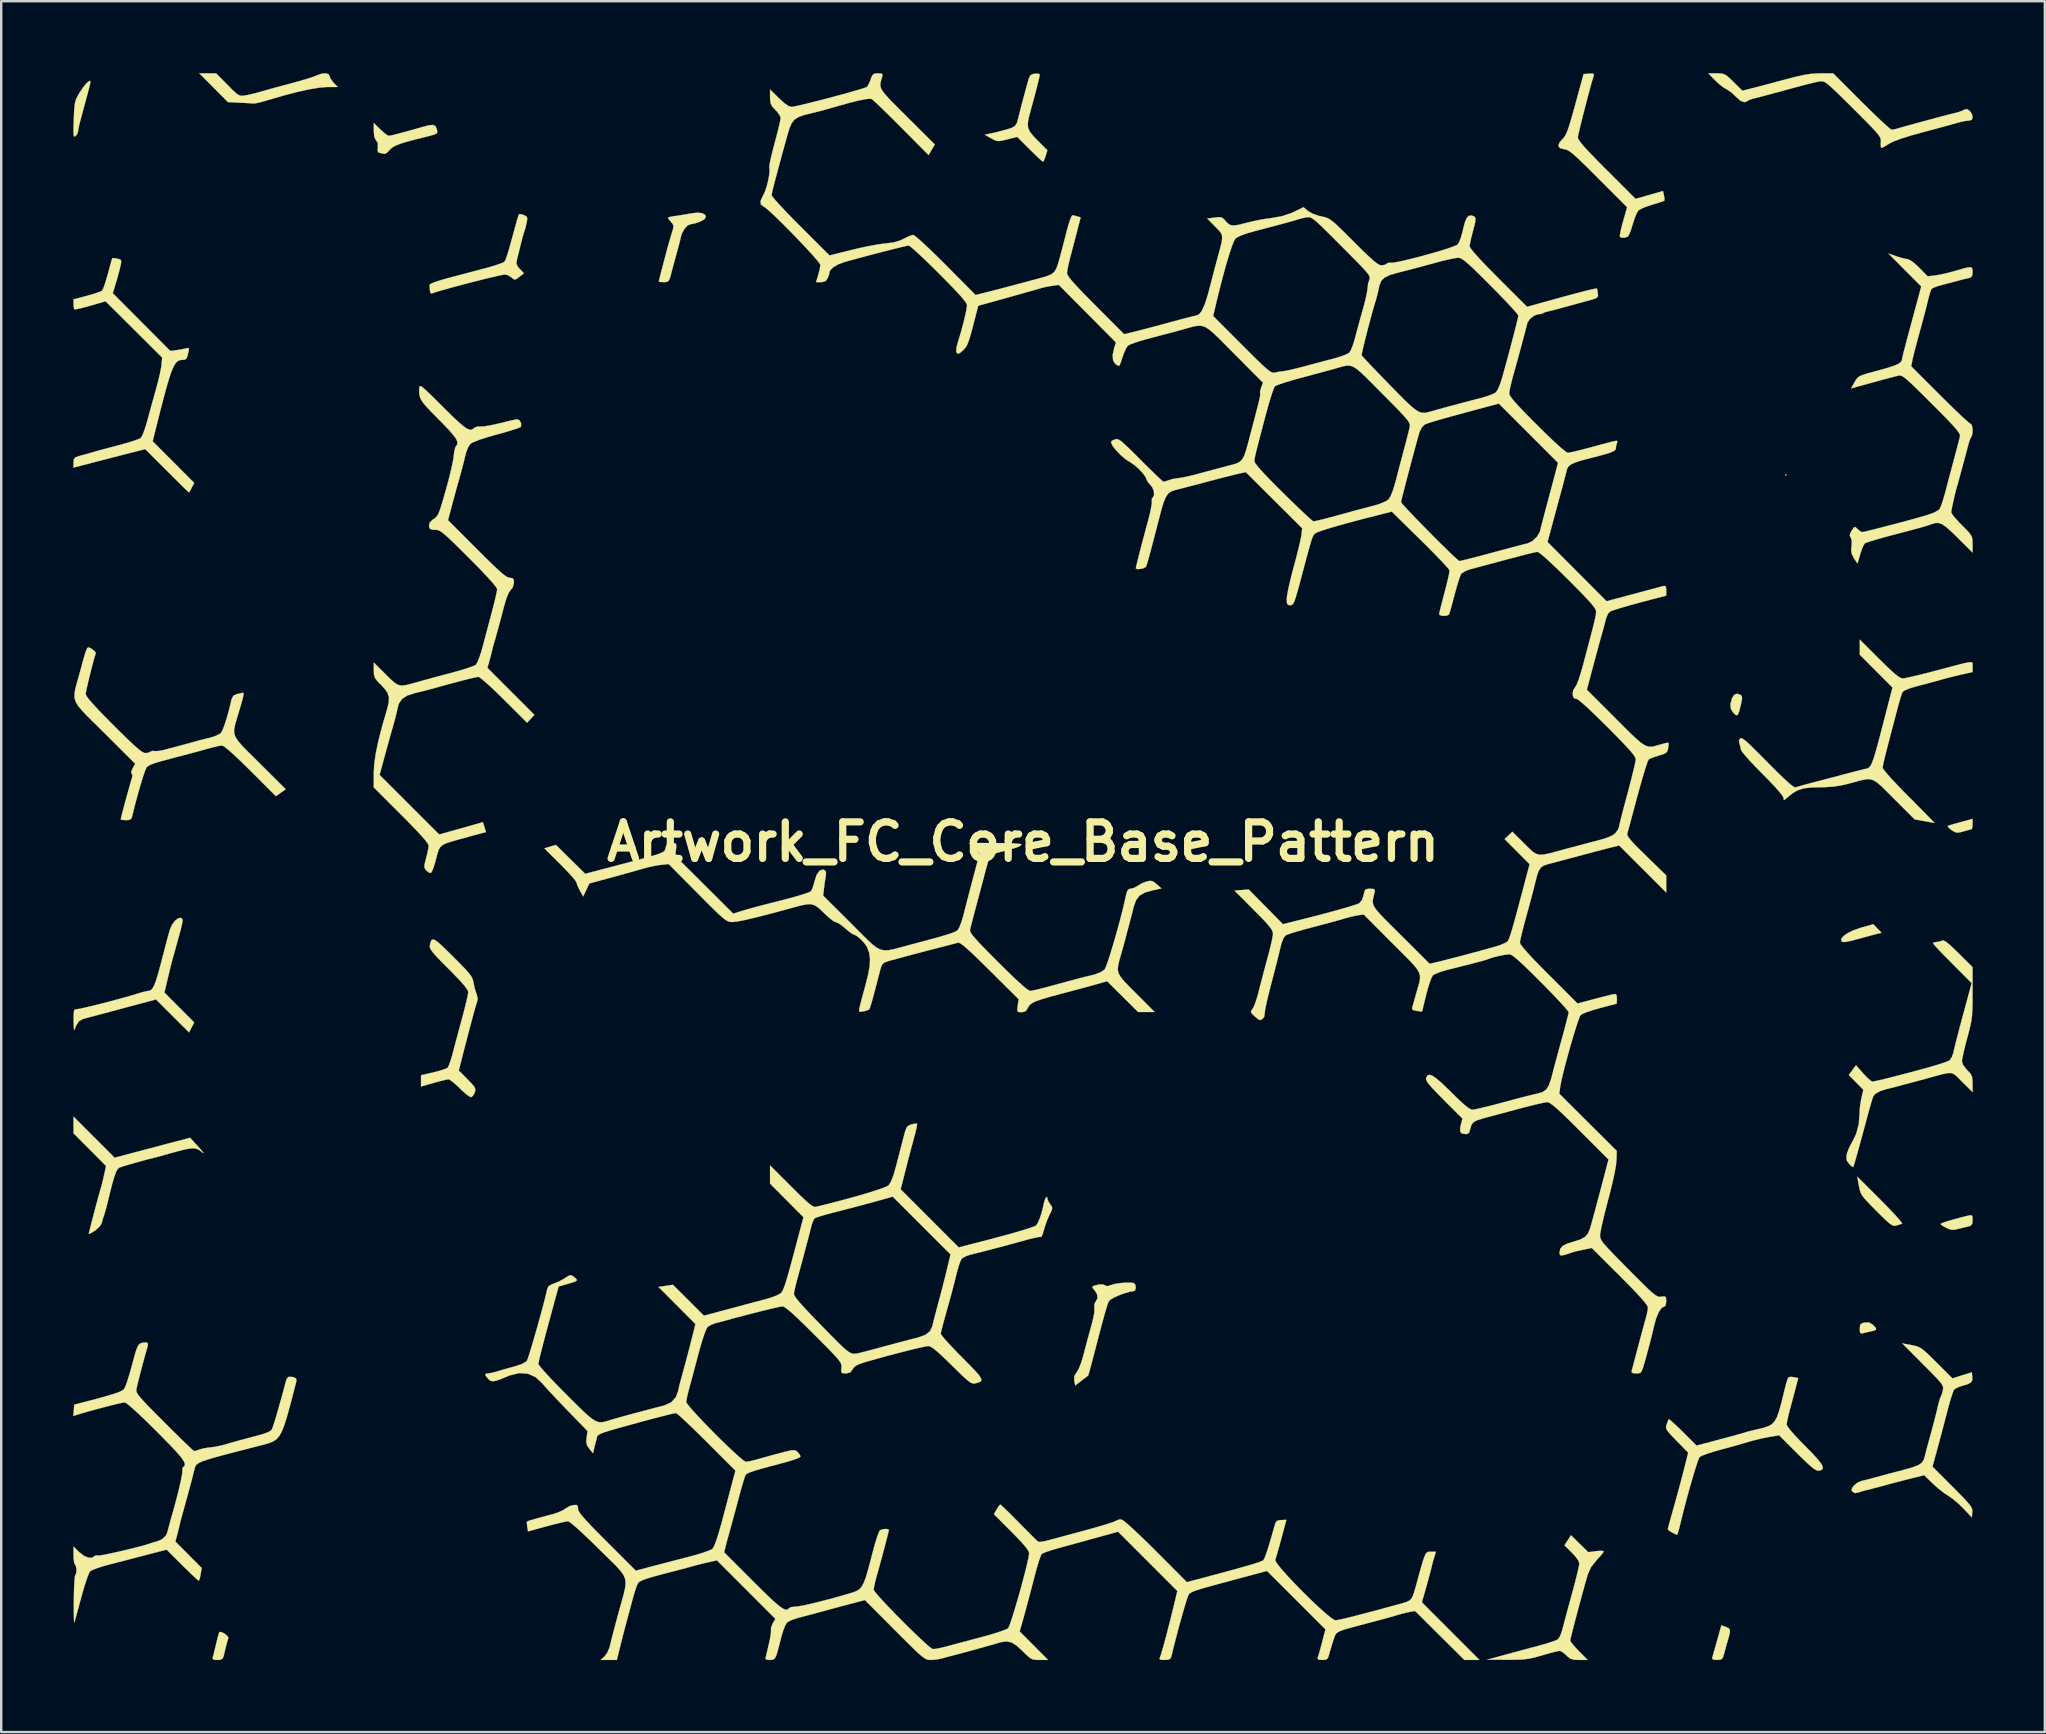
<source format=kicad_pcb>
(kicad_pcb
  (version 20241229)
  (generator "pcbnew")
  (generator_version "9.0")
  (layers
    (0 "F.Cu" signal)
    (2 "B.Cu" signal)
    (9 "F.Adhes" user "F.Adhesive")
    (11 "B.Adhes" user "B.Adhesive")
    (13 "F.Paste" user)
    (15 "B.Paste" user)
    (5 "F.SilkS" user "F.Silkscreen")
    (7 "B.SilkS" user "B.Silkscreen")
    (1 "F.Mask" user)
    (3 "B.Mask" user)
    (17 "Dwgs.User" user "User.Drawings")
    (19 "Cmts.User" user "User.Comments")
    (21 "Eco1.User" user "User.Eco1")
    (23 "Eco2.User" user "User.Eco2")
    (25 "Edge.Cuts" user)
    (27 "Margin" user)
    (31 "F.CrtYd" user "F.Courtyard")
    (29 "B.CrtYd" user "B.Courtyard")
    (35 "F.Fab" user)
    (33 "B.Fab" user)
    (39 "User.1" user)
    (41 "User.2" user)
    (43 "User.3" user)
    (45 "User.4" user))
  (footprint "Artwork_FC_Core_Base_Pattern"
    (layer "F.Cu")
    (at 39.573 33.025)
    (property "Reference" "Artwork_FC_Core_Base_Pattern" (at 0 -1 0) (layer "F.SilkS") (effects (font (size 1.524 1.524) (thickness 0.3))))
    (attr through_hole)
    (fp_poly (pts (xy 31.814 -16.288) (xy 31.782 -16.256) (xy 31.75 -16.288) (xy 31.782 -16.32) (xy 31.814 -16.288)) (stroke (width 0.01) (type solid)) (fill yes) (layer "F.SilkS"))
    (fp_poly (pts (xy 35.395 19.108) (xy 35.412 19.124) (xy 35.53 19.25) (xy 35.54 19.325) (xy 35.436 19.371) (xy 35.354 19.388) (xy 35.16 19.429) (xy 35.004 19.468) (xy 34.909 19.482) (xy 34.869 19.428) (xy 34.861 19.288) (xy 34.875 19.134) (xy 34.941 19.06) (xy 35.063 19.026) (xy 35.245 19.021) (xy 35.395 19.108)) (stroke (width 0.01) (type solid)) (fill yes) (layer "F.SilkS"))
    (fp_poly (pts (xy 29.901 -7.118) (xy 29.947 -7.065) (xy 29.955 -6.967) (xy 29.924 -6.791) (xy 29.908 -6.722) (xy 29.845 -6.467) (xy 29.793 -6.322) (xy 29.739 -6.272) (xy 29.672 -6.302) (xy 29.603 -6.368) (xy 29.493 -6.534) (xy 29.471 -6.724) (xy 29.533 -6.975) (xy 29.534 -6.976) (xy 29.631 -7.133) (xy 29.769 -7.172) (xy 29.901 -7.118)) (stroke (width 0.01) (type solid)) (fill yes) (layer "F.SilkS"))
    (fp_poly (pts (xy 35.597 2.609) (xy 35.768 2.787) (xy 35.585 2.832) (xy 35.445 2.868) (xy 35.22 2.928) (xy 34.947 3.003) (xy 34.782 3.048) (xy 34.479 3.128) (xy 34.276 3.168) (xy 34.155 3.171) (xy 34.101 3.145) (xy 34.087 3.044) (xy 34.18 2.925) (xy 34.362 2.798) (xy 34.615 2.677) (xy 34.915 2.574) (xy 35.426 2.43) (xy 35.597 2.609)) (stroke (width 0.01) (type solid)) (fill yes) (layer "F.SilkS"))
    (fp_poly (pts (xy 39.56 -1.741) (xy 39.548 -1.596) (xy 39.518 -1.525) (xy 39.513 -1.523) (xy 39.428 -1.506) (xy 39.269 -1.462) (xy 39.179 -1.436) (xy 38.997 -1.388) (xy 38.874 -1.389) (xy 38.752 -1.448) (xy 38.676 -1.498) (xy 38.545 -1.604) (xy 38.528 -1.665) (xy 38.549 -1.677) (xy 38.652 -1.707) (xy 38.839 -1.761) (xy 39.072 -1.825) (xy 39.1 -1.833) (xy 39.56 -1.959) (xy 39.56 -1.741)) (stroke (width 0.01) (type solid)) (fill yes) (layer "F.SilkS"))
    (fp_poly (pts (xy 29.28 31.708) (xy 29.392 31.758) (xy 29.447 31.822) (xy 29.45 31.93) (xy 29.407 32.113) (xy 29.373 32.231) (xy 29.302 32.481) (xy 29.232 32.737) (xy 29.212 32.814) (xy 29.16 32.982) (xy 29.095 33.06) (xy 28.981 33.083) (xy 28.914 33.084) (xy 28.764 33.072) (xy 28.712 33.029) (xy 28.719 32.972) (xy 28.749 32.866) (xy 28.805 32.669) (xy 28.876 32.416) (xy 28.923 32.25) (xy 29.095 31.639) (xy 29.28 31.708)) (stroke (width 0.01) (type solid)) (fill yes) (layer "F.SilkS"))
    (fp_poly (pts (xy -33.304 31.965) (xy -33.188 32.048) (xy -33.115 32.133) (xy -33.11 32.173) (xy -33.148 32.294) (xy -33.202 32.499) (xy -33.263 32.746) (xy -33.301 32.909) (xy -33.346 33.028) (xy -33.439 33.076) (xy -33.565 33.084) (xy -33.714 33.073) (xy -33.764 33.029) (xy -33.756 32.972) (xy -33.725 32.857) (xy -33.677 32.659) (xy -33.621 32.423) (xy -33.621 32.419) (xy -33.566 32.194) (xy -33.519 32.018) (xy -33.489 31.928) (xy -33.487 31.926) (xy -33.418 31.915) (xy -33.304 31.965)) (stroke (width 0.01) (type solid)) (fill yes) (layer "F.SilkS"))
    (fp_poly (pts (xy 39.55 14.595) (xy 39.56 14.73) (xy 39.56 14.756) (xy 39.546 14.914) (xy 39.484 14.991) (xy 39.386 15.023) (xy 39.198 15.067) (xy 38.99 15.118) (xy 38.989 15.119) (xy 38.801 15.161) (xy 38.672 15.162) (xy 38.537 15.116) (xy 38.433 15.066) (xy 38.298 14.987) (xy 38.229 14.925) (xy 38.227 14.918) (xy 38.286 14.882) (xy 38.448 14.824) (xy 38.695 14.75) (xy 39.005 14.665) (xy 39.36 14.576) (xy 39.386 14.57) (xy 39.502 14.552) (xy 39.55 14.595)) (stroke (width 0.01) (type solid)) (fill yes) (layer "F.SilkS"))
    (fp_poly (pts (xy 35.729 13.917) (xy 36.01 14.202) (xy 36.252 14.455) (xy 36.443 14.665) (xy 36.572 14.818) (xy 36.626 14.901) (xy 36.624 14.911) (xy 36.506 14.946) (xy 36.378 14.985) (xy 36.306 14.998) (xy 36.231 14.982) (xy 36.135 14.925) (xy 36.001 14.813) (xy 35.813 14.635) (xy 35.555 14.377) (xy 35.553 14.376) (xy 35.296 14.116) (xy 35.114 13.924) (xy 34.993 13.778) (xy 34.916 13.656) (xy 34.869 13.537) (xy 34.837 13.398) (xy 34.824 13.329) (xy 34.754 12.944) (xy 35.729 13.917)) (stroke (width 0.01) (type solid)) (fill yes) (layer "F.SilkS"))
    (fp_poly (pts (xy -38.861 -32.701) (xy -38.858 -32.642) (xy -38.884 -32.51) (xy -38.942 -32.285) (xy -38.998 -32.08) (xy -39.085 -31.76) (xy -39.17 -31.444) (xy -39.242 -31.178) (xy -39.276 -31.054) (xy -39.328 -30.843) (xy -39.362 -30.671) (xy -39.37 -30.601) (xy -39.416 -30.476) (xy -39.474 -30.41) (xy -39.517 -30.383) (xy -39.545 -30.401) (xy -39.559 -30.482) (xy -39.562 -30.643) (xy -39.556 -30.904) (xy -39.55 -31.092) (xy -39.536 -31.42) (xy -39.519 -31.653) (xy -39.492 -31.822) (xy -39.447 -31.96) (xy -39.377 -32.097) (xy -39.304 -32.221) (xy -39.17 -32.422) (xy -39.038 -32.587) (xy -38.95 -32.67) (xy -38.892 -32.704) (xy -38.861 -32.701)) (stroke (width 0.01) (type solid)) (fill yes) (layer "F.SilkS"))
    (fp_poly (pts (xy -26.779 -30.684) (xy -26.62 -30.541) (xy -26.488 -30.444) (xy -26.424 -30.416) (xy -26.35 -30.427) (xy -26.203 -30.461) (xy -25.973 -30.52) (xy -25.649 -30.609) (xy -25.219 -30.729) (xy -24.978 -30.797) (xy -24.73 -30.86) (xy -24.574 -30.87) (xy -24.483 -30.822) (xy -24.429 -30.709) (xy -24.416 -30.663) (xy -24.402 -30.584) (xy -24.421 -30.528) (xy -24.496 -30.482) (xy -24.649 -30.433) (xy -24.9 -30.369) (xy -24.935 -30.361) (xy -25.38 -30.249) (xy -25.719 -30.157) (xy -25.968 -30.079) (xy -26.147 -30.007) (xy -26.273 -29.935) (xy -26.363 -29.858) (xy -26.386 -29.831) (xy -26.497 -29.717) (xy -26.578 -29.664) (xy -26.587 -29.663) (xy -26.686 -29.681) (xy -26.777 -29.699) (xy -26.87 -29.737) (xy -26.893 -29.829) (xy -26.881 -29.931) (xy -26.884 -30.122) (xy -26.95 -30.221) (xy -27.024 -30.355) (xy -27.051 -30.6) (xy -27.051 -30.628) (xy -27.051 -30.951) (xy -26.779 -30.684)) (stroke (width 0.01) (type solid)) (fill yes) (layer "F.SilkS"))
    (fp_poly (pts (xy -28.938 -32.988) (xy -28.892 -32.912) (xy -28.851 -32.799) (xy -28.748 -32.655) (xy -28.722 -32.627) (xy -28.551 -32.449) (xy -29.005 -32.449) (xy -29.319 -32.424) (xy -29.738 -32.354) (xy -30.25 -32.24) (xy -30.843 -32.085) (xy -31.506 -31.891) (xy -31.559 -31.875) (xy -31.783 -31.812) (xy -31.967 -31.772) (xy -32.068 -31.762) (xy -32.175 -31.771) (xy -32.369 -31.783) (xy -32.611 -31.796) (xy -32.643 -31.797) (xy -33.123 -31.818) (xy -34.319 -33.02) (xy -33.97 -33.02) (xy -33.62 -33.02) (xy -33.145 -32.54) (xy -32.933 -32.327) (xy -32.785 -32.19) (xy -32.676 -32.114) (xy -32.583 -32.085) (xy -32.481 -32.088) (xy -32.417 -32.097) (xy -32.218 -32.136) (xy -31.961 -32.199) (xy -31.75 -32.257) (xy -31.529 -32.321) (xy -31.224 -32.406) (xy -30.873 -32.501) (xy -30.515 -32.597) (xy -30.48 -32.606) (xy -30.151 -32.696) (xy -29.853 -32.784) (xy -29.614 -32.86) (xy -29.463 -32.917) (xy -29.443 -32.926) (xy -29.247 -33) (xy -29.067 -33.02) (xy -28.938 -32.988)) (stroke (width 0.01) (type solid)) (fill yes) (layer "F.SilkS"))
    (fp_poly (pts (xy -13.361 -27.19) (xy -13.244 -27.124) (xy -13.215 -27.032) (xy -13.285 -26.931) (xy -13.467 -26.833) (xy -13.494 -26.824) (xy -13.679 -26.767) (xy -13.827 -26.736) (xy -13.854 -26.734) (xy -13.982 -26.678) (xy -14.111 -26.535) (xy -14.215 -26.341) (xy -14.256 -26.207) (xy -14.294 -26.037) (xy -14.355 -25.802) (xy -14.413 -25.59) (xy -14.496 -25.293) (xy -14.585 -24.96) (xy -14.641 -24.749) (xy -14.701 -24.525) (xy -14.751 -24.397) (xy -14.811 -24.338) (xy -14.901 -24.321) (xy -14.964 -24.32) (xy -15.107 -24.327) (xy -15.175 -24.342) (xy -15.177 -24.344) (xy -15.161 -24.415) (xy -15.119 -24.585) (xy -15.056 -24.83) (xy -14.978 -25.127) (xy -14.892 -25.452) (xy -14.83 -25.686) (xy -14.754 -25.956) (xy -14.673 -26.234) (xy -14.63 -26.375) (xy -14.575 -26.561) (xy -14.566 -26.673) (xy -14.604 -26.756) (xy -14.664 -26.824) (xy -14.757 -26.934) (xy -14.796 -27.002) (xy -14.738 -27.03) (xy -14.592 -27.061) (xy -14.462 -27.08) (xy -14.187 -27.121) (xy -13.895 -27.172) (xy -13.806 -27.189) (xy -13.552 -27.216) (xy -13.361 -27.19)) (stroke (width 0.01) (type solid)) (fill yes) (layer "F.SilkS"))
    (fp_poly (pts (xy 0.634 -33.006) (xy 0.698 -32.975) (xy 0.699 -32.971) (xy 0.682 -32.878) (xy 0.638 -32.686) (xy 0.57 -32.417) (xy 0.485 -32.093) (xy 0.39 -31.737) (xy 0.323 -31.497) (xy 0.237 -31.172) (xy 0.198 -30.934) (xy 0.211 -30.75) (xy 0.285 -30.586) (xy 0.427 -30.409) (xy 0.602 -30.227) (xy 1.014 -29.812) (xy 0.941 -29.575) (xy 0.886 -29.424) (xy 0.839 -29.342) (xy 0.83 -29.337) (xy 0.773 -29.379) (xy 0.646 -29.494) (xy 0.469 -29.664) (xy 0.276 -29.854) (xy -0.242 -30.372) (xy -0.655 -30.268) (xy -0.878 -30.214) (xy -1.024 -30.196) (xy -1.137 -30.215) (xy -1.263 -30.274) (xy -1.333 -30.314) (xy -1.597 -30.464) (xy -1.354 -30.514) (xy -1.181 -30.551) (xy -1.062 -30.579) (xy -1.048 -30.583) (xy -0.952 -30.609) (xy -0.783 -30.655) (xy -0.699 -30.677) (xy -0.471 -30.747) (xy -0.335 -30.828) (xy -0.255 -30.954) (xy -0.197 -31.159) (xy -0.195 -31.167) (xy -0.145 -31.373) (xy -0.071 -31.662) (xy 0.017 -31.993) (xy 0.107 -32.328) (xy 0.189 -32.626) (xy 0.238 -32.798) (xy 0.308 -32.94) (xy 0.434 -33) (xy 0.496 -33.008) (xy 0.634 -33.006)) (stroke (width 0.01) (type solid)) (fill yes) (layer "F.SilkS"))
    (fp_poly (pts (xy 4.507 17.365) (xy 4.62 17.384) (xy 4.681 17.456) (xy 4.697 17.575) (xy 4.67 17.68) (xy 4.614 17.716) (xy 4.448 17.741) (xy 4.228 17.805) (xy 3.992 17.893) (xy 3.78 17.99) (xy 3.63 18.079) (xy 3.589 18.12) (xy 3.561 18.173) (xy 3.528 18.256) (xy 3.486 18.381) (xy 3.432 18.56) (xy 3.364 18.804) (xy 3.276 19.126) (xy 3.168 19.536) (xy 3.034 20.047) (xy 2.881 20.635) (xy 2.813 20.891) (xy 2.757 21.093) (xy 2.721 21.215) (xy 2.712 21.239) (xy 2.659 21.276) (xy 2.537 21.368) (xy 2.436 21.445) (xy 2.174 21.648) (xy 2.134 21.449) (xy 2.131 21.266) (xy 2.223 21.114) (xy 2.23 21.106) (xy 2.311 20.973) (xy 2.403 20.75) (xy 2.491 20.472) (xy 2.51 20.403) (xy 2.591 20.094) (xy 2.676 19.776) (xy 2.748 19.51) (xy 2.761 19.463) (xy 2.861 19.101) (xy 2.926 18.836) (xy 2.963 18.645) (xy 2.975 18.505) (xy 2.968 18.398) (xy 2.977 18.243) (xy 3.027 18.152) (xy 3.104 18.015) (xy 3.082 17.84) (xy 2.975 17.675) (xy 2.897 17.583) (xy 2.893 17.527) (xy 2.979 17.486) (xy 3.172 17.439) (xy 3.324 17.438) (xy 3.412 17.474) (xy 3.518 17.511) (xy 3.669 17.463) (xy 3.827 17.417) (xy 4.053 17.382) (xy 4.296 17.364) (xy 4.507 17.365)) (stroke (width 0.01) (type solid)) (fill yes) (layer "F.SilkS"))
    (fp_poly (pts (xy -38.704 11.303) (xy -37.847 12.158) (xy -37.196 11.986) (xy -36.882 11.903) (xy -36.492 11.8) (xy -36.073 11.689) (xy -35.672 11.583) (xy -35.623 11.57) (xy -34.703 11.326) (xy -34.353 11.711) (xy -34.203 11.881) (xy -34.142 11.963) (xy -34.169 11.957) (xy -34.222 11.916) (xy -34.335 11.832) (xy -34.448 11.782) (xy -34.583 11.765) (xy -34.763 11.783) (xy -35.011 11.836) (xy -35.349 11.926) (xy -35.496 11.967) (xy -35.765 12.042) (xy -35.993 12.105) (xy -36.149 12.147) (xy -36.195 12.159) (xy -36.426 12.216) (xy -36.7 12.289) (xy -36.988 12.369) (xy -37.259 12.447) (xy -37.483 12.515) (xy -37.63 12.564) (xy -37.665 12.578) (xy -37.728 12.64) (xy -37.794 12.766) (xy -37.867 12.97) (xy -37.952 13.266) (xy -38.054 13.668) (xy -38.102 13.868) (xy -38.168 14.135) (xy -38.23 14.367) (xy -38.277 14.528) (xy -38.29 14.562) (xy -38.348 14.737) (xy -38.38 14.866) (xy -38.464 15.019) (xy -38.637 15.177) (xy -38.67 15.2) (xy -38.817 15.29) (xy -38.91 15.332) (xy -38.925 15.329) (xy -38.91 15.255) (xy -38.868 15.085) (xy -38.806 14.845) (xy -38.732 14.561) (xy -38.653 14.26) (xy -38.574 13.968) (xy -38.504 13.711) (xy -38.449 13.515) (xy -38.424 13.43) (xy -38.377 13.26) (xy -38.32 13.028) (xy -38.285 12.871) (xy -38.205 12.502) (xy -39.56 11.142) (xy -39.56 10.448) (xy -38.704 11.303)) (stroke (width 0.01) (type solid)) (fill yes) (layer "F.SilkS"))
    (fp_poly (pts (xy -20.927 -27.154) (xy -20.8 -27.116) (xy -20.683 -27.054) (xy -20.653 -26.962) (xy -20.671 -26.852) (xy -20.706 -26.691) (xy -20.73 -26.583) (xy -20.767 -26.461) (xy -20.784 -26.416) (xy -20.819 -26.308) (xy -20.871 -26.118) (xy -20.924 -25.908) (xy -20.986 -25.654) (xy -21.045 -25.416) (xy -21.082 -25.273) (xy -21.108 -25.113) (xy -21.071 -24.994) (xy -20.968 -24.871) (xy -20.796 -24.691) (xy -20.985 -24.54) (xy -21.111 -24.445) (xy -21.189 -24.425) (xy -21.268 -24.477) (xy -21.307 -24.513) (xy -21.455 -24.607) (xy -21.583 -24.638) (xy -21.692 -24.622) (xy -21.901 -24.578) (xy -22.187 -24.511) (xy -22.528 -24.428) (xy -22.903 -24.333) (xy -23.289 -24.233) (xy -23.665 -24.133) (xy -24.009 -24.039) (xy -24.299 -23.957) (xy -24.512 -23.892) (xy -24.628 -23.849) (xy -24.637 -23.845) (xy -24.688 -23.867) (xy -24.711 -23.968) (xy -24.721 -24.122) (xy -24.727 -24.207) (xy -24.67 -24.255) (xy -24.505 -24.324) (xy -24.247 -24.407) (xy -23.971 -24.485) (xy -23.573 -24.59) (xy -23.12 -24.71) (xy -22.68 -24.826) (xy -22.447 -24.888) (xy -22.149 -24.971) (xy -21.893 -25.051) (xy -21.706 -25.118) (xy -21.614 -25.164) (xy -21.613 -25.166) (xy -21.58 -25.216) (xy -21.539 -25.31) (xy -21.487 -25.464) (xy -21.418 -25.69) (xy -21.33 -26.004) (xy -21.216 -26.419) (xy -21.15 -26.662) (xy -21.087 -26.889) (xy -21.034 -27.062) (xy -21.001 -27.151) (xy -20.998 -27.156) (xy -20.927 -27.154)) (stroke (width 0.01) (type solid)) (fill yes) (layer "F.SilkS"))
    (fp_poly (pts (xy -35.028 2.21) (xy -35.017 2.254) (xy -35.023 2.338) (xy -35.051 2.478) (xy -35.104 2.692) (xy -35.186 2.997) (xy -35.271 3.302) (xy -35.346 3.57) (xy -35.41 3.799) (xy -35.453 3.955) (xy -35.466 4) (xy -35.492 4.101) (xy -35.538 4.293) (xy -35.599 4.543) (xy -35.633 4.686) (xy -35.773 5.277) (xy -35.153 5.9) (xy -34.532 6.523) (xy -34.747 6.939) (xy -36.125 5.565) (xy -37.605 5.961) (xy -38.021 6.073) (xy -38.398 6.173) (xy -38.718 6.258) (xy -38.963 6.323) (xy -39.116 6.363) (xy -39.157 6.373) (xy -39.321 6.464) (xy -39.451 6.647) (xy -39.492 6.755) (xy -39.52 6.834) (xy -39.539 6.823) (xy -39.549 6.709) (xy -39.555 6.482) (xy -39.555 6.461) (xy -39.555 6.214) (xy -39.545 6.067) (xy -39.518 5.995) (xy -39.464 5.971) (xy -39.418 5.969) (xy -39.308 5.953) (xy -39.099 5.908) (xy -38.816 5.842) (xy -38.481 5.759) (xy -38.12 5.666) (xy -37.754 5.569) (xy -37.409 5.474) (xy -37.108 5.388) (xy -36.921 5.33) (xy -36.702 5.265) (xy -36.521 5.221) (xy -36.43 5.207) (xy -36.35 5.186) (xy -36.275 5.113) (xy -36.199 4.976) (xy -36.117 4.759) (xy -36.023 4.449) (xy -35.911 4.032) (xy -35.878 3.905) (xy -35.785 3.546) (xy -35.698 3.214) (xy -35.624 2.935) (xy -35.569 2.737) (xy -35.549 2.667) (xy -35.458 2.458) (xy -35.337 2.291) (xy -35.208 2.186) (xy -35.093 2.161) (xy -35.028 2.21)) (stroke (width 0.01) (type solid)) (fill yes) (layer "F.SilkS"))
    (fp_poly (pts (xy 23.787 -32.969) (xy 23.783 -32.944) (xy 23.733 -32.785) (xy 23.664 -32.542) (xy 23.581 -32.237) (xy 23.49 -31.894) (xy 23.397 -31.536) (xy 23.308 -31.187) (xy 23.229 -30.87) (xy 23.167 -30.608) (xy 23.126 -30.425) (xy 23.114 -30.347) (xy 23.139 -30.273) (xy 23.217 -30.155) (xy 23.357 -29.986) (xy 23.566 -29.758) (xy 23.852 -29.461) (xy 24.221 -29.087) (xy 24.317 -28.992) (xy 25.519 -27.79) (xy 25.761 -27.859) (xy 25.971 -27.919) (xy 26.222 -27.99) (xy 26.333 -28.022) (xy 26.663 -28.117) (xy 26.704 -27.928) (xy 26.725 -27.788) (xy 26.718 -27.713) (xy 26.648 -27.684) (xy 26.488 -27.63) (xy 26.269 -27.563) (xy 26.22 -27.549) (xy 25.978 -27.47) (xy 25.775 -27.387) (xy 25.65 -27.318) (xy 25.642 -27.311) (xy 25.573 -27.202) (xy 25.492 -27.009) (xy 25.414 -26.771) (xy 25.404 -26.738) (xy 25.332 -26.505) (xy 25.26 -26.322) (xy 25.202 -26.221) (xy 25.194 -26.215) (xy 25.057 -26.168) (xy 24.923 -26.177) (xy 24.866 -26.216) (xy 24.868 -26.297) (xy 24.901 -26.47) (xy 24.958 -26.705) (xy 25 -26.856) (xy 25.167 -27.442) (xy 23.969 -28.64) (xy 23.603 -29.005) (xy 23.314 -29.289) (xy 23.09 -29.502) (xy 22.918 -29.655) (xy 22.788 -29.757) (xy 22.688 -29.818) (xy 22.605 -29.849) (xy 22.547 -29.858) (xy 22.367 -29.905) (xy 22.302 -30.003) (xy 22.353 -30.143) (xy 22.469 -30.273) (xy 22.538 -30.347) (xy 22.601 -30.444) (xy 22.664 -30.581) (xy 22.734 -30.777) (xy 22.818 -31.049) (xy 22.922 -31.414) (xy 23.006 -31.718) (xy 23.353 -32.988) (xy 23.582 -33.008) (xy 23.737 -33.008) (xy 23.787 -32.969)) (stroke (width 0.01) (type solid)) (fill yes) (layer "F.SilkS"))
    (fp_poly (pts (xy 23.188 28.24) (xy 23.548 28.593) (xy 23.871 28.55) (xy 24.053 28.535) (xy 24.17 28.545) (xy 24.194 28.562) (xy 24.152 28.633) (xy 24.044 28.763) (xy 23.913 28.902) (xy 23.661 29.223) (xy 23.535 29.5) (xy 23.478 29.692) (xy 23.402 29.96) (xy 23.313 30.284) (xy 23.216 30.641) (xy 23.117 31.009) (xy 23.022 31.368) (xy 22.937 31.695) (xy 22.867 31.969) (xy 22.819 32.167) (xy 22.797 32.269) (xy 22.797 32.276) (xy 22.839 32.353) (xy 22.95 32.491) (xy 23.11 32.666) (xy 23.16 32.717) (xy 23.523 33.084) (xy 23.172 33.084) (xy 22.953 33.074) (xy 22.81 33.034) (xy 22.689 32.944) (xy 22.638 32.893) (xy 22.5 32.773) (xy 22.381 32.708) (xy 22.356 32.704) (xy 22.256 32.721) (xy 22.065 32.769) (xy 21.814 32.837) (xy 21.622 32.893) (xy 21.335 32.974) (xy 21.097 33.028) (xy 20.865 33.059) (xy 20.599 33.074) (xy 20.258 33.078) (xy 20.161 33.077) (xy 19.336 33.073) (xy 19.685 32.977) (xy 20.092 32.866) (xy 20.432 32.773) (xy 20.757 32.685) (xy 21.116 32.589) (xy 21.431 32.506) (xy 21.733 32.421) (xy 21.995 32.339) (xy 22.191 32.269) (xy 22.291 32.22) (xy 22.292 32.219) (xy 22.363 32.111) (xy 22.437 31.928) (xy 22.474 31.799) (xy 22.519 31.628) (xy 22.589 31.362) (xy 22.679 31.028) (xy 22.78 30.654) (xy 22.868 30.333) (xy 22.967 29.965) (xy 23.053 29.63) (xy 23.12 29.353) (xy 23.163 29.155) (xy 23.177 29.061) (xy 23.13 28.932) (xy 22.998 28.753) (xy 22.867 28.614) (xy 22.557 28.308) (xy 22.693 28.098) (xy 22.828 27.887) (xy 23.188 28.24)) (stroke (width 0.01) (type solid)) (fill yes) (layer "F.SilkS"))
    (fp_poly (pts (xy -24.482 3.103) (xy -24.336 3.214) (xy -24.131 3.403) (xy -23.853 3.675) (xy -23.744 3.783) (xy -23.453 4.076) (xy -23.239 4.297) (xy -23.091 4.464) (xy -22.995 4.592) (xy -22.937 4.7) (xy -22.905 4.805) (xy -22.891 4.882) (xy -22.846 5.099) (xy -22.786 5.288) (xy -22.766 5.333) (xy -22.719 5.544) (xy -22.74 5.64) (xy -22.781 5.769) (xy -22.849 6.003) (xy -22.937 6.326) (xy -23.043 6.72) (xy -23.16 7.166) (xy -23.285 7.648) (xy -23.349 7.897) (xy -23.508 8.524) (xy -23.145 8.891) (xy -22.965 9.077) (xy -22.863 9.203) (xy -22.821 9.297) (xy -22.826 9.386) (xy -22.842 9.439) (xy -22.913 9.574) (xy -22.993 9.638) (xy -23.076 9.603) (xy -23.219 9.496) (xy -23.397 9.337) (xy -23.462 9.273) (xy -23.646 9.098) (xy -23.807 8.965) (xy -23.917 8.896) (xy -23.938 8.892) (xy -24.041 8.909) (xy -24.23 8.954) (xy -24.472 9.018) (xy -24.559 9.043) (xy -25.082 9.192) (xy -25.082 8.72) (xy -24.567 8.603) (xy -24.319 8.539) (xy -24.115 8.474) (xy -23.99 8.42) (xy -23.974 8.408) (xy -23.925 8.315) (xy -23.857 8.131) (xy -23.783 7.888) (xy -23.751 7.769) (xy -23.678 7.491) (xy -23.583 7.134) (xy -23.478 6.741) (xy -23.374 6.356) (xy -23.359 6.303) (xy -23.272 5.971) (xy -23.198 5.673) (xy -23.144 5.436) (xy -23.117 5.284) (xy -23.114 5.254) (xy -23.153 5.156) (xy -23.272 4.994) (xy -23.476 4.763) (xy -23.77 4.456) (xy -23.93 4.296) (xy -24.223 4.001) (xy -24.437 3.779) (xy -24.581 3.616) (xy -24.669 3.497) (xy -24.71 3.409) (xy -24.718 3.336) (xy -24.715 3.313) (xy -24.684 3.174) (xy -24.644 3.089) (xy -24.58 3.063) (xy -24.482 3.103)) (stroke (width 0.01) (type solid)) (fill yes) (layer "F.SilkS"))
    (fp_poly (pts (xy 37.014 19.965) (xy 37.168 19.996) (xy 37.293 20.035) (xy 37.411 20.097) (xy 37.545 20.198) (xy 37.715 20.353) (xy 37.944 20.577) (xy 38.06 20.693) (xy 38.721 21.351) (xy 39.125 21.225) (xy 39.529 21.099) (xy 39.549 21.29) (xy 39.547 21.429) (xy 39.488 21.525) (xy 39.348 21.598) (xy 39.134 21.661) (xy 38.95 21.725) (xy 38.815 21.799) (xy 38.79 21.822) (xy 38.747 21.915) (xy 38.682 22.106) (xy 38.603 22.367) (xy 38.52 22.672) (xy 38.508 22.72) (xy 38.404 23.12) (xy 38.286 23.568) (xy 38.17 24.001) (xy 38.095 24.278) (xy 37.89 25.03) (xy 38.73 25.871) (xy 39.025 26.168) (xy 39.241 26.392) (xy 39.39 26.557) (xy 39.483 26.678) (xy 39.533 26.771) (xy 39.551 26.851) (xy 39.549 26.929) (xy 39.529 27.146) (xy 39.179 26.775) (xy 38.969 26.569) (xy 38.745 26.38) (xy 38.554 26.246) (xy 38.544 26.241) (xy 38.353 26.113) (xy 38.123 25.931) (xy 37.904 25.735) (xy 37.9 25.732) (xy 37.542 25.386) (xy 37.011 25.518) (xy 36.694 25.598) (xy 36.322 25.695) (xy 35.964 25.791) (xy 35.877 25.815) (xy 35.602 25.89) (xy 35.361 25.953) (xy 35.187 25.997) (xy 35.133 26.009) (xy 34.964 26.054) (xy 34.82 26.102) (xy 34.668 26.134) (xy 34.564 26.082) (xy 34.563 26.081) (xy 34.515 26.004) (xy 34.546 25.912) (xy 34.606 25.829) (xy 34.764 25.697) (xy 34.942 25.622) (xy 35.157 25.573) (xy 35.338 25.525) (xy 35.509 25.477) (xy 35.739 25.415) (xy 35.877 25.378) (xy 36.11 25.316) (xy 36.408 25.237) (xy 36.713 25.156) (xy 36.767 25.142) (xy 37.088 25.049) (xy 37.306 24.962) (xy 37.444 24.866) (xy 37.525 24.746) (xy 37.565 24.616) (xy 37.599 24.475) (xy 37.66 24.246) (xy 37.737 23.961) (xy 37.813 23.686) (xy 37.904 23.353) (xy 37.991 23.023) (xy 38.062 22.737) (xy 38.101 22.574) (xy 38.152 22.362) (xy 38.201 22.198) (xy 38.23 22.13) (xy 38.274 22.028) (xy 38.319 21.865) (xy 38.322 21.852) (xy 38.335 21.775) (xy 38.329 21.703) (xy 38.294 21.622) (xy 38.219 21.516) (xy 38.092 21.372) (xy 37.903 21.174) (xy 37.639 20.907) (xy 37.498 20.766) (xy 36.629 19.895) (xy 37.014 19.965)) (stroke (width 0.01) (type solid)) (fill yes) (layer "F.SilkS"))
    (fp_poly (pts (xy 34.925 -31.845) (xy 35.244 -31.53) (xy 35.536 -31.246) (xy 35.79 -31.007) (xy 35.993 -30.823) (xy 36.131 -30.707) (xy 36.19 -30.671) (xy 36.313 -30.689) (xy 36.476 -30.734) (xy 36.589 -30.767) (xy 36.797 -30.826) (xy 37.075 -30.902) (xy 37.395 -30.989) (xy 37.731 -31.08) (xy 38.055 -31.167) (xy 38.341 -31.243) (xy 38.563 -31.301) (xy 38.692 -31.333) (xy 38.701 -31.335) (xy 38.971 -31.404) (xy 39.165 -31.476) (xy 39.228 -31.514) (xy 39.331 -31.528) (xy 39.444 -31.455) (xy 39.531 -31.328) (xy 39.56 -31.2) (xy 39.533 -31.087) (xy 39.425 -31.052) (xy 39.398 -31.052) (xy 39.238 -31.033) (xy 39.027 -30.986) (xy 38.937 -30.961) (xy 38.779 -30.916) (xy 38.525 -30.845) (xy 38.2 -30.756) (xy 37.831 -30.657) (xy 37.497 -30.568) (xy 36.954 -30.417) (xy 36.534 -30.284) (xy 36.235 -30.168) (xy 36.081 -30.087) (xy 35.917 -29.985) (xy 35.797 -29.921) (xy 35.762 -29.909) (xy 35.737 -29.964) (xy 35.733 -30.103) (xy 35.737 -30.147) (xy 35.74 -30.222) (xy 35.73 -30.292) (xy 35.696 -30.372) (xy 35.628 -30.472) (xy 35.516 -30.604) (xy 35.351 -30.782) (xy 35.121 -31.017) (xy 34.818 -31.321) (xy 34.587 -31.551) (xy 34.231 -31.905) (xy 33.953 -32.179) (xy 33.74 -32.382) (xy 33.581 -32.525) (xy 33.463 -32.617) (xy 33.374 -32.669) (xy 33.302 -32.69) (xy 33.236 -32.69) (xy 33.202 -32.686) (xy 33.113 -32.67) (xy 32.994 -32.645) (xy 32.833 -32.606) (xy 32.615 -32.551) (xy 32.324 -32.474) (xy 31.948 -32.373) (xy 31.471 -32.243) (xy 31.178 -32.164) (xy 30.901 -32.089) (xy 30.654 -32.024) (xy 30.473 -31.979) (xy 30.416 -31.966) (xy 30.271 -31.918) (xy 30.197 -31.873) (xy 30.06 -31.815) (xy 29.89 -31.875) (xy 29.701 -32.045) (xy 29.536 -32.204) (xy 29.362 -32.329) (xy 29.306 -32.358) (xy 29.158 -32.448) (xy 28.973 -32.596) (xy 28.832 -32.73) (xy 28.549 -33.02) (xy 28.893 -33.02) (xy 29.069 -33.015) (xy 29.198 -32.989) (xy 29.316 -32.923) (xy 29.46 -32.799) (xy 29.604 -32.658) (xy 29.969 -32.296) (xy 30.431 -32.412) (xy 30.667 -32.473) (xy 30.987 -32.557) (xy 31.352 -32.654) (xy 31.724 -32.754) (xy 31.797 -32.774) (xy 32.219 -32.883) (xy 32.554 -32.957) (xy 32.836 -33) (xy 33.099 -33.018) (xy 33.227 -33.02) (xy 33.752 -33.02) (xy 34.925 -31.845)) (stroke (width 0.01) (type solid)) (fill yes) (layer "F.SilkS"))
    (fp_poly (pts (xy 32.113 21.3) (xy 32.298 21.341) (xy 32.185 21.767) (xy 32.108 22.058) (xy 32.018 22.394) (xy 31.944 22.669) (xy 31.882 22.915) (xy 31.836 23.127) (xy 31.815 23.263) (xy 31.815 23.274) (xy 31.86 23.371) (xy 31.994 23.543) (xy 32.207 23.782) (xy 32.493 24.078) (xy 32.577 24.163) (xy 32.895 24.486) (xy 33.121 24.736) (xy 33.262 24.921) (xy 33.323 25.051) (xy 33.308 25.136) (xy 33.223 25.185) (xy 33.154 25.199) (xy 33.078 25.191) (xy 32.978 25.138) (xy 32.838 25.031) (xy 32.645 24.857) (xy 32.386 24.607) (xy 32.25 24.472) (xy 31.499 23.723) (xy 31.057 23.798) (xy 30.752 23.86) (xy 30.425 23.94) (xy 30.214 23.999) (xy 29.988 24.067) (xy 29.681 24.154) (xy 29.338 24.249) (xy 29.051 24.326) (xy 28.749 24.412) (xy 28.486 24.498) (xy 28.29 24.573) (xy 28.19 24.629) (xy 28.189 24.63) (xy 28.145 24.718) (xy 28.077 24.91) (xy 27.988 25.187) (xy 27.886 25.529) (xy 27.774 25.918) (xy 27.659 26.335) (xy 27.546 26.76) (xy 27.441 27.174) (xy 27.352 27.543) (xy 27.304 27.726) (xy 27.262 27.844) (xy 27.242 27.87) (xy 27.169 27.838) (xy 27.037 27.772) (xy 27.035 27.771) (xy 26.914 27.694) (xy 26.863 27.636) (xy 26.863 27.635) (xy 26.88 27.561) (xy 26.926 27.388) (xy 26.994 27.139) (xy 27.079 26.836) (xy 27.117 26.702) (xy 27.227 26.307) (xy 27.343 25.882) (xy 27.451 25.476) (xy 27.538 25.141) (xy 27.541 25.129) (xy 27.713 24.446) (xy 27.231 23.955) (xy 27.019 23.736) (xy 26.883 23.585) (xy 26.81 23.479) (xy 26.787 23.396) (xy 26.8 23.314) (xy 26.813 23.273) (xy 26.865 23.132) (xy 26.902 23.055) (xy 26.903 23.054) (xy 26.955 23.085) (xy 27.077 23.191) (xy 27.254 23.355) (xy 27.466 23.561) (xy 27.494 23.588) (xy 28.059 24.151) (xy 28.968 23.912) (xy 29.303 23.823) (xy 29.605 23.741) (xy 29.847 23.673) (xy 30.004 23.628) (xy 30.035 23.617) (xy 30.179 23.575) (xy 30.397 23.519) (xy 30.624 23.466) (xy 30.863 23.409) (xy 31.049 23.347) (xy 31.195 23.265) (xy 31.31 23.145) (xy 31.407 22.971) (xy 31.495 22.726) (xy 31.588 22.395) (xy 31.695 21.96) (xy 31.723 21.844) (xy 31.783 21.61) (xy 31.838 21.424) (xy 31.878 21.321) (xy 31.882 21.314) (xy 31.971 21.287) (xy 32.113 21.3)) (stroke (width 0.01) (type solid)) (fill yes) (layer "F.SilkS"))
    (fp_poly (pts (xy 38.45 3.159) (xy 38.598 3.278) (xy 38.809 3.474) (xy 38.973 3.636) (xy 39.56 4.22) (xy 39.56 5.283) (xy 39.559 5.685) (xy 39.553 5.992) (xy 39.537 6.24) (xy 39.508 6.461) (xy 39.462 6.689) (xy 39.394 6.958) (xy 39.338 7.167) (xy 39.255 7.485) (xy 39.186 7.77) (xy 39.138 7.994) (xy 39.116 8.128) (xy 39.116 8.14) (xy 39.166 8.291) (xy 39.298 8.469) (xy 39.338 8.509) (xy 39.469 8.65) (xy 39.535 8.777) (xy 39.558 8.947) (xy 39.56 9.075) (xy 39.56 9.426) (xy 39.132 9.002) (xy 38.978 8.846) (xy 38.863 8.733) (xy 38.764 8.662) (xy 38.657 8.63) (xy 38.52 8.634) (xy 38.33 8.673) (xy 38.064 8.743) (xy 37.699 8.844) (xy 37.656 8.856) (xy 37.115 9.002) (xy 36.687 9.116) (xy 36.361 9.203) (xy 36.127 9.263) (xy 35.975 9.3) (xy 35.941 9.308) (xy 35.701 9.386) (xy 35.514 9.494) (xy 35.428 9.588) (xy 35.393 9.685) (xy 35.335 9.876) (xy 35.261 10.134) (xy 35.184 10.414) (xy 35.018 11.032) (xy 34.876 11.552) (xy 34.761 11.969) (xy 34.674 12.278) (xy 34.615 12.473) (xy 34.587 12.551) (xy 34.587 12.551) (xy 34.534 12.525) (xy 34.434 12.433) (xy 34.42 12.418) (xy 34.324 12.286) (xy 34.303 12.144) (xy 34.319 12.021) (xy 34.383 11.82) (xy 34.492 11.593) (xy 34.546 11.503) (xy 34.713 11.161) (xy 34.819 10.755) (xy 34.851 10.339) (xy 34.85 10.319) (xy 34.86 10.11) (xy 34.895 9.851) (xy 34.925 9.697) (xy 35.01 9.329) (xy 34.707 9.021) (xy 34.403 8.713) (xy 34.553 8.51) (xy 34.703 8.307) (xy 35.002 8.646) (xy 35.161 8.814) (xy 35.297 8.936) (xy 35.381 8.987) (xy 35.383 8.987) (xy 35.475 8.973) (xy 35.661 8.933) (xy 35.911 8.874) (xy 36.132 8.819) (xy 36.825 8.639) (xy 37.399 8.486) (xy 37.858 8.357) (xy 38.206 8.253) (xy 38.447 8.171) (xy 38.586 8.11) (xy 38.615 8.09) (xy 38.698 7.963) (xy 38.76 7.782) (xy 38.765 7.759) (xy 38.794 7.628) (xy 38.851 7.397) (xy 38.93 7.088) (xy 39.026 6.722) (xy 39.133 6.323) (xy 39.165 6.205) (xy 39.522 4.884) (xy 38.716 4.076) (xy 38.457 3.815) (xy 38.233 3.583) (xy 38.058 3.397) (xy 37.945 3.271) (xy 37.91 3.222) (xy 37.963 3.185) (xy 38.052 3.174) (xy 38.212 3.147) (xy 38.291 3.112) (xy 38.352 3.107) (xy 38.45 3.159)) (stroke (width 0.01) (type solid)) (fill yes) (layer "F.SilkS"))
    (fp_poly (pts (xy -37.742 -25.3) (xy -37.737 -25.299) (xy -37.618 -25.268) (xy -37.572 -25.213) (xy -37.582 -25.095) (xy -37.602 -24.997) (xy -37.651 -24.797) (xy -37.722 -24.535) (xy -37.792 -24.297) (xy -37.925 -23.861) (xy -36.727 -22.657) (xy -35.528 -21.454) (xy -35.274 -21.486) (xy -35.07 -21.519) (xy -34.895 -21.556) (xy -34.874 -21.562) (xy -34.774 -21.581) (xy -34.75 -21.53) (xy -34.768 -21.424) (xy -34.816 -21.227) (xy -34.863 -21.125) (xy -34.93 -21.087) (xy -35.011 -21.082) (xy -35.106 -21.075) (xy -35.19 -21.047) (xy -35.269 -20.987) (xy -35.345 -20.887) (xy -35.422 -20.735) (xy -35.506 -20.522) (xy -35.598 -20.237) (xy -35.704 -19.871) (xy -35.827 -19.413) (xy -35.971 -18.853) (xy -36.14 -18.182) (xy -36.169 -18.069) (xy -36.263 -17.691) (xy -35.397 -16.824) (xy -34.532 -15.956) (xy -34.635 -15.757) (xy -34.706 -15.625) (xy -34.749 -15.559) (xy -34.752 -15.557) (xy -34.799 -15.6) (xy -34.923 -15.72) (xy -35.108 -15.902) (xy -35.342 -16.134) (xy -35.611 -16.402) (xy -35.669 -16.46) (xy -36.572 -17.363) (xy -37.13 -17.221) (xy -37.402 -17.152) (xy -37.755 -17.061) (xy -38.149 -16.96) (xy -38.54 -16.859) (xy -38.624 -16.837) (xy -39.561 -16.594) (xy -39.56 -16.803) (xy -39.549 -16.938) (xy -39.492 -17.014) (xy -39.354 -17.067) (xy -39.291 -17.084) (xy -39.049 -17.151) (xy -38.789 -17.225) (xy -38.735 -17.241) (xy -38.562 -17.291) (xy -38.301 -17.362) (xy -37.987 -17.446) (xy -37.657 -17.533) (xy -37.656 -17.533) (xy -37.347 -17.618) (xy -37.077 -17.701) (xy -36.873 -17.772) (xy -36.762 -17.823) (xy -36.757 -17.827) (xy -36.698 -17.923) (xy -36.621 -18.112) (xy -36.538 -18.364) (xy -36.482 -18.562) (xy -36.384 -18.926) (xy -36.269 -19.341) (xy -36.158 -19.737) (xy -36.12 -19.871) (xy -36.036 -20.183) (xy -35.964 -20.488) (xy -35.914 -20.741) (xy -35.898 -20.855) (xy -35.867 -21.177) (xy -37.046 -22.35) (xy -38.224 -23.522) (xy -38.495 -23.444) (xy -38.684 -23.389) (xy -38.831 -23.346) (xy -38.862 -23.337) (xy -39.015 -23.294) (xy -39.204 -23.246) (xy -39.38 -23.205) (xy -39.496 -23.181) (xy -39.513 -23.179) (xy -39.545 -23.234) (xy -39.56 -23.369) (xy -39.56 -23.391) (xy -39.56 -23.604) (xy -39.005 -23.749) (xy -38.749 -23.822) (xy -38.536 -23.892) (xy -38.399 -23.948) (xy -38.372 -23.965) (xy -38.325 -24.053) (xy -38.257 -24.235) (xy -38.18 -24.481) (xy -38.128 -24.67) (xy -38.057 -24.935) (xy -37.997 -25.148) (xy -37.957 -25.285) (xy -37.945 -25.321) (xy -37.879 -25.321) (xy -37.742 -25.3)) (stroke (width 0.01) (type solid)) (fill yes) (layer "F.SilkS"))
    (fp_poly (pts (xy -38.908 -9.101) (xy -38.847 -9.068) (xy -38.791 -9.034) (xy -38.673 -8.943) (xy -38.63 -8.864) (xy -38.631 -8.857) (xy -38.676 -8.719) (xy -38.738 -8.499) (xy -38.809 -8.228) (xy -38.883 -7.935) (xy -38.952 -7.651) (xy -39.008 -7.406) (xy -39.044 -7.23) (xy -39.053 -7.162) (xy -39.022 -7.082) (xy -38.926 -6.947) (xy -38.758 -6.752) (xy -38.513 -6.488) (xy -38.185 -6.151) (xy -37.893 -5.857) (xy -37.522 -5.489) (xy -37.227 -5.203) (xy -37 -4.991) (xy -36.828 -4.844) (xy -36.703 -4.753) (xy -36.612 -4.708) (xy -36.563 -4.699) (xy -36.424 -4.718) (xy -36.357 -4.757) (xy -36.275 -4.791) (xy -36.21 -4.785) (xy -36.078 -4.781) (xy -35.891 -4.807) (xy -35.844 -4.818) (xy -35.693 -4.857) (xy -35.457 -4.919) (xy -35.172 -4.996) (xy -34.876 -5.076) (xy -34.607 -5.15) (xy -34.4 -5.207) (xy -34.322 -5.229) (xy -34.229 -5.253) (xy -34.055 -5.295) (xy -33.894 -5.333) (xy -33.675 -5.4) (xy -33.494 -5.483) (xy -33.418 -5.54) (xy -33.353 -5.656) (xy -33.271 -5.867) (xy -33.18 -6.146) (xy -33.09 -6.464) (xy -33.009 -6.794) (xy -32.978 -6.938) (xy -32.901 -7.09) (xy -32.775 -7.15) (xy -32.618 -7.186) (xy -32.527 -7.211) (xy -32.49 -7.213) (xy -32.475 -7.18) (xy -32.484 -7.094) (xy -32.52 -6.939) (xy -32.588 -6.697) (xy -32.69 -6.35) (xy -32.69 -6.35) (xy -32.774 -6.072) (xy -32.836 -5.853) (xy -32.869 -5.675) (xy -32.864 -5.52) (xy -32.814 -5.372) (xy -32.711 -5.212) (xy -32.549 -5.021) (xy -32.319 -4.784) (xy -32.013 -4.481) (xy -31.811 -4.28) (xy -30.719 -3.194) (xy -30.923 -3.049) (xy -31.128 -2.903) (xy -32.186 -3.96) (xy -32.55 -4.318) (xy -32.857 -4.609) (xy -33.101 -4.827) (xy -33.273 -4.965) (xy -33.367 -5.016) (xy -33.37 -5.017) (xy -33.486 -5) (xy -33.688 -4.955) (xy -33.938 -4.89) (xy -34.036 -4.863) (xy -34.303 -4.788) (xy -34.652 -4.694) (xy -35.04 -4.591) (xy -35.427 -4.491) (xy -35.498 -4.472) (xy -35.892 -4.367) (xy -36.177 -4.28) (xy -36.369 -4.206) (xy -36.482 -4.139) (xy -36.517 -4.103) (xy -36.564 -4.001) (xy -36.635 -3.8) (xy -36.721 -3.527) (xy -36.817 -3.206) (xy -36.914 -2.862) (xy -37.005 -2.52) (xy -37.083 -2.205) (xy -37.111 -2.08) (xy -37.157 -1.96) (xy -37.252 -1.912) (xy -37.371 -1.905) (xy -37.517 -1.915) (xy -37.59 -1.939) (xy -37.592 -1.944) (xy -37.576 -2.019) (xy -37.533 -2.189) (xy -37.471 -2.426) (xy -37.397 -2.702) (xy -37.318 -2.989) (xy -37.243 -3.26) (xy -37.178 -3.488) (xy -37.132 -3.644) (xy -37.116 -3.692) (xy -37.112 -3.801) (xy -37.139 -3.837) (xy -37.158 -3.918) (xy -37.096 -4.066) (xy -36.989 -4.255) (xy -38.279 -5.541) (xy -38.658 -5.915) (xy -38.959 -6.213) (xy -39.188 -6.451) (xy -39.352 -6.645) (xy -39.458 -6.814) (xy -39.513 -6.974) (xy -39.522 -7.142) (xy -39.494 -7.336) (xy -39.435 -7.571) (xy -39.351 -7.867) (xy -39.287 -8.096) (xy -39.183 -8.481) (xy -39.105 -8.759) (xy -39.047 -8.945) (xy -39 -9.054) (xy -38.957 -9.101) (xy -38.908 -9.101)) (stroke (width 0.01) (type solid)) (fill yes) (layer "F.SilkS"))
    (fp_poly (pts (xy 35.672 -8.619) (xy 35.985 -8.312) (xy 36.224 -8.087) (xy 36.402 -7.936) (xy 36.532 -7.848) (xy 36.625 -7.812) (xy 36.649 -7.811) (xy 36.76 -7.826) (xy 36.973 -7.871) (xy 37.264 -7.938) (xy 37.612 -8.024) (xy 37.995 -8.124) (xy 38.045 -8.137) (xy 38.518 -8.263) (xy 38.881 -8.359) (xy 39.15 -8.428) (xy 39.338 -8.47) (xy 39.459 -8.487) (xy 39.528 -8.481) (xy 39.558 -8.453) (xy 39.565 -8.405) (xy 39.562 -8.338) (xy 39.56 -8.299) (xy 39.56 -8.075) (xy 39.1 -7.972) (xy 38.793 -7.9) (xy 38.462 -7.816) (xy 38.227 -7.751) (xy 37.963 -7.678) (xy 37.638 -7.59) (xy 37.314 -7.505) (xy 37.256 -7.49) (xy 36.967 -7.406) (xy 36.758 -7.324) (xy 36.648 -7.253) (xy 36.641 -7.242) (xy 36.602 -7.139) (xy 36.541 -6.945) (xy 36.468 -6.69) (xy 36.419 -6.506) (xy 36.256 -5.891) (xy 36.124 -5.387) (xy 36.02 -4.984) (xy 35.94 -4.67) (xy 35.883 -4.436) (xy 35.844 -4.269) (xy 35.822 -4.158) (xy 35.814 -4.094) (xy 35.814 -4.086) (xy 35.858 -4.009) (xy 35.981 -3.856) (xy 36.172 -3.64) (xy 36.421 -3.374) (xy 36.714 -3.071) (xy 36.909 -2.874) (xy 37.21 -2.572) (xy 37.476 -2.302) (xy 37.697 -2.077) (xy 37.861 -1.909) (xy 37.955 -1.81) (xy 37.972 -1.787) (xy 37.898 -1.802) (xy 37.736 -1.832) (xy 37.545 -1.866) (xy 37.149 -1.937) (xy 36.29 -2.794) (xy 35.988 -3.097) (xy 35.757 -3.323) (xy 35.575 -3.478) (xy 35.421 -3.572) (xy 35.272 -3.612) (xy 35.106 -3.606) (xy 34.9 -3.562) (xy 34.633 -3.489) (xy 34.48 -3.446) (xy 34.114 -3.357) (xy 33.776 -3.304) (xy 33.406 -3.279) (xy 33.179 -3.275) (xy 32.798 -3.263) (xy 32.508 -3.225) (xy 32.274 -3.15) (xy 32.063 -3.027) (xy 31.838 -2.844) (xy 31.829 -2.836) (xy 31.729 -2.752) (xy 31.692 -2.753) (xy 31.686 -2.831) (xy 31.642 -2.919) (xy 31.514 -3.081) (xy 31.313 -3.308) (xy 31.048 -3.588) (xy 30.797 -3.842) (xy 30.519 -4.125) (xy 30.278 -4.382) (xy 30.086 -4.597) (xy 29.959 -4.756) (xy 29.909 -4.842) (xy 29.909 -4.845) (xy 29.879 -5.001) (xy 29.847 -5.075) (xy 29.827 -5.224) (xy 29.865 -5.297) (xy 29.898 -5.322) (xy 29.949 -5.316) (xy 30.029 -5.268) (xy 30.149 -5.17) (xy 30.319 -5.012) (xy 30.55 -4.785) (xy 30.854 -4.48) (xy 31.014 -4.318) (xy 31.386 -3.944) (xy 31.68 -3.659) (xy 31.901 -3.456) (xy 32.057 -3.33) (xy 32.154 -3.274) (xy 32.187 -3.271) (xy 32.288 -3.303) (xy 32.482 -3.358) (xy 32.74 -3.428) (xy 32.988 -3.493) (xy 33.36 -3.59) (xy 33.771 -3.699) (xy 34.158 -3.801) (xy 34.322 -3.844) (xy 34.6 -3.917) (xy 34.842 -3.979) (xy 35.014 -4.022) (xy 35.074 -4.036) (xy 35.143 -4.05) (xy 35.202 -4.069) (xy 35.255 -4.105) (xy 35.306 -4.168) (xy 35.359 -4.269) (xy 35.417 -4.42) (xy 35.485 -4.63) (xy 35.566 -4.911) (xy 35.664 -5.275) (xy 35.784 -5.731) (xy 35.929 -6.291) (xy 36.055 -6.779) (xy 36.223 -7.431) (xy 35.542 -8.114) (xy 34.861 -8.797) (xy 34.861 -9.428) (xy 35.672 -8.619)) (stroke (width 0.01) (type solid)) (fill yes) (layer "F.SilkS"))
    (fp_poly (pts (xy 36.394 -25.395) (xy 36.606 -25.329) (xy 36.787 -25.285) (xy 36.864 -25.275) (xy 36.968 -25.231) (xy 37.127 -25.115) (xy 37.308 -24.951) (xy 37.34 -24.918) (xy 37.687 -24.564) (xy 38.005 -24.6) (xy 38.22 -24.636) (xy 38.501 -24.699) (xy 38.796 -24.777) (xy 38.858 -24.795) (xy 39.158 -24.884) (xy 39.358 -24.933) (xy 39.478 -24.942) (xy 39.537 -24.908) (xy 39.558 -24.831) (xy 39.56 -24.738) (xy 39.546 -24.587) (xy 39.477 -24.514) (xy 39.354 -24.479) (xy 39.139 -24.43) (xy 38.957 -24.381) (xy 38.796 -24.337) (xy 38.565 -24.276) (xy 38.338 -24.218) (xy 38.115 -24.155) (xy 37.941 -24.091) (xy 37.854 -24.042) (xy 37.853 -24.041) (xy 37.811 -23.946) (xy 37.755 -23.767) (xy 37.702 -23.558) (xy 37.65 -23.344) (xy 37.572 -23.043) (xy 37.479 -22.692) (xy 37.379 -22.325) (xy 37.351 -22.225) (xy 37.257 -21.88) (xy 37.172 -21.558) (xy 37.103 -21.289) (xy 37.059 -21.102) (xy 37.05 -21.059) (xy 37.004 -20.814) (xy 38.202 -19.615) (xy 38.524 -19.296) (xy 38.818 -19.009) (xy 39.074 -18.765) (xy 39.278 -18.577) (xy 39.418 -18.457) (xy 39.48 -18.415) (xy 39.53 -18.36) (xy 39.557 -18.229) (xy 39.559 -18.068) (xy 39.535 -17.928) (xy 39.506 -17.872) (xy 39.456 -17.776) (xy 39.401 -17.61) (xy 39.386 -17.558) (xy 39.341 -17.386) (xy 39.274 -17.133) (xy 39.195 -16.839) (xy 39.148 -16.669) (xy 39.075 -16.398) (xy 39.013 -16.172) (xy 38.972 -16.018) (xy 38.96 -15.97) (xy 38.927 -15.855) (xy 38.912 -15.812) (xy 38.871 -15.668) (xy 38.819 -15.458) (xy 38.764 -15.219) (xy 38.715 -14.991) (xy 38.681 -14.813) (xy 38.671 -14.73) (xy 38.714 -14.646) (xy 38.83 -14.499) (xy 38.997 -14.313) (xy 39.116 -14.192) (xy 39.319 -13.989) (xy 39.448 -13.845) (xy 39.521 -13.731) (xy 39.552 -13.618) (xy 39.56 -13.476) (xy 39.56 -13.401) (xy 39.56 -13.052) (xy 38.94 -13.67) (xy 38.664 -13.939) (xy 38.453 -14.125) (xy 38.286 -14.237) (xy 38.144 -14.287) (xy 38.006 -14.284) (xy 37.852 -14.239) (xy 37.833 -14.232) (xy 37.732 -14.196) (xy 37.607 -14.156) (xy 37.44 -14.107) (xy 37.215 -14.045) (xy 36.914 -13.964) (xy 36.519 -13.861) (xy 36.195 -13.776) (xy 35.844 -13.682) (xy 35.533 -13.593) (xy 35.284 -13.517) (xy 35.12 -13.459) (xy 35.066 -13.432) (xy 35.007 -13.335) (xy 34.934 -13.157) (xy 34.876 -12.976) (xy 34.766 -12.593) (xy 34.621 -12.814) (xy 34.526 -12.992) (xy 34.502 -13.167) (xy 34.517 -13.312) (xy 34.527 -13.553) (xy 34.481 -13.684) (xy 34.441 -13.772) (xy 34.477 -13.887) (xy 34.526 -13.971) (xy 34.61 -14.095) (xy 34.667 -14.123) (xy 34.737 -14.066) (xy 34.765 -14.035) (xy 34.88 -13.939) (xy 34.965 -13.906) (xy 35.051 -13.922) (xy 35.238 -13.966) (xy 35.505 -14.033) (xy 35.829 -14.116) (xy 36.19 -14.21) (xy 36.565 -14.309) (xy 36.933 -14.409) (xy 37.273 -14.502) (xy 37.562 -14.584) (xy 37.674 -14.617) (xy 37.96 -14.72) (xy 38.145 -14.829) (xy 38.193 -14.881) (xy 38.247 -15.001) (xy 38.318 -15.209) (xy 38.396 -15.47) (xy 38.437 -15.621) (xy 38.521 -15.941) (xy 38.623 -16.327) (xy 38.728 -16.725) (xy 38.798 -16.986) (xy 38.88 -17.293) (xy 38.952 -17.567) (xy 39.007 -17.778) (xy 39.036 -17.896) (xy 39.036 -17.897) (xy 39.034 -17.954) (xy 39.001 -18.03) (xy 38.926 -18.138) (xy 38.801 -18.286) (xy 38.616 -18.486) (xy 38.363 -18.748) (xy 38.031 -19.083) (xy 37.86 -19.255) (xy 37.496 -19.617) (xy 37.21 -19.899) (xy 36.991 -20.109) (xy 36.826 -20.258) (xy 36.704 -20.354) (xy 36.615 -20.409) (xy 36.546 -20.43) (xy 36.486 -20.428) (xy 36.47 -20.425) (xy 36.314 -20.387) (xy 36.05 -20.318) (xy 35.676 -20.217) (xy 35.187 -20.083) (xy 34.823 -19.982) (xy 34.499 -19.892) (xy 34.645 -20.155) (xy 34.708 -20.262) (xy 34.772 -20.341) (xy 34.86 -20.403) (xy 34.994 -20.46) (xy 35.199 -20.523) (xy 35.496 -20.604) (xy 35.605 -20.633) (xy 35.996 -20.741) (xy 36.278 -20.832) (xy 36.466 -20.913) (xy 36.573 -20.99) (xy 36.617 -21.071) (xy 36.619 -21.098) (xy 36.636 -21.182) (xy 36.68 -21.367) (xy 36.749 -21.635) (xy 36.835 -21.965) (xy 36.935 -22.337) (xy 36.947 -22.384) (xy 37.054 -22.776) (xy 37.153 -23.145) (xy 37.24 -23.466) (xy 37.307 -23.713) (xy 37.347 -23.863) (xy 37.347 -23.865) (xy 37.421 -24.14) (xy 36.737 -24.826) (xy 36.053 -25.513) (xy 36.394 -25.395)) (stroke (width 0.01) (type solid)) (fill yes) (layer "F.SilkS"))
    (fp_poly (pts (xy -36.459 19.901) (xy -36.472 20.023) (xy -36.511 20.157) (xy -36.563 20.334) (xy -36.633 20.59) (xy -36.713 20.888) (xy -36.793 21.195) (xy -36.864 21.476) (xy -36.917 21.696) (xy -36.94 21.803) (xy -36.944 21.864) (xy -36.926 21.932) (xy -36.878 22.019) (xy -36.788 22.135) (xy -36.648 22.293) (xy -36.448 22.504) (xy -36.178 22.78) (xy -35.829 23.131) (xy -35.775 23.185) (xy -35.456 23.503) (xy -35.165 23.789) (xy -34.915 24.033) (xy -34.718 24.221) (xy -34.587 24.342) (xy -34.533 24.384) (xy -34.447 24.363) (xy -34.31 24.315) (xy -34.131 24.267) (xy -33.907 24.232) (xy -33.846 24.227) (xy -33.629 24.197) (xy -33.359 24.138) (xy -33.147 24.079) (xy -32.905 24.007) (xy -32.588 23.919) (xy -32.246 23.828) (xy -32.049 23.777) (xy -31.698 23.681) (xy -31.463 23.598) (xy -31.331 23.523) (xy -31.301 23.487) (xy -31.256 23.375) (xy -31.19 23.175) (xy -31.114 22.925) (xy -31.082 22.813) (xy -31.003 22.534) (xy -30.93 22.275) (xy -30.875 22.079) (xy -30.862 22.035) (xy -30.805 21.822) (xy -30.743 21.584) (xy -30.733 21.542) (xy -30.674 21.363) (xy -30.594 21.287) (xy -30.458 21.291) (xy -30.377 21.31) (xy -30.288 21.353) (xy -30.271 21.439) (xy -30.294 21.548) (xy -30.45 22.149) (xy -30.581 22.641) (xy -30.692 23.035) (xy -30.792 23.343) (xy -30.888 23.578) (xy -30.987 23.752) (xy -31.095 23.879) (xy -31.221 23.969) (xy -31.371 24.036) (xy -31.554 24.091) (xy -31.774 24.148) (xy -31.814 24.158) (xy -32.451 24.322) (xy -32.977 24.458) (xy -33.402 24.57) (xy -33.738 24.663) (xy -33.995 24.741) (xy -34.184 24.806) (xy -34.318 24.865) (xy -34.406 24.92) (xy -34.461 24.975) (xy -34.493 25.035) (xy -34.514 25.104) (xy -34.52 25.131) (xy -34.596 25.435) (xy -34.696 25.819) (xy -34.81 26.242) (xy -34.926 26.661) (xy -34.955 26.765) (xy -35.029 27.031) (xy -35.092 27.262) (xy -35.132 27.423) (xy -35.141 27.464) (xy -35.172 27.603) (xy -35.222 27.799) (xy -35.241 27.87) (xy -35.316 28.15) (xy -34.769 28.7) (xy -34.221 29.25) (xy -34.264 29.516) (xy -34.298 29.679) (xy -34.333 29.772) (xy -34.345 29.782) (xy -34.401 29.739) (xy -34.53 29.622) (xy -34.714 29.447) (xy -34.936 29.23) (xy -35.033 29.134) (xy -35.682 28.487) (xy -36.494 28.699) (xy -36.891 28.802) (xy -37.331 28.917) (xy -37.756 29.026) (xy -38.036 29.099) (xy -38.333 29.181) (xy -38.591 29.264) (xy -38.781 29.339) (xy -38.871 29.391) (xy -38.923 29.486) (xy -38.997 29.681) (xy -39.086 29.952) (xy -39.182 30.275) (xy -39.239 30.48) (xy -39.33 30.818) (xy -39.411 31.114) (xy -39.475 31.346) (xy -39.517 31.491) (xy -39.528 31.528) (xy -39.537 31.49) (xy -39.543 31.345) (xy -39.547 31.112) (xy -39.548 30.811) (xy -39.547 30.588) (xy -39.541 30.245) (xy -39.53 29.947) (xy -39.515 29.719) (xy -39.498 29.582) (xy -39.487 29.553) (xy -39.445 29.466) (xy -39.435 29.321) (xy -39.457 29.181) (xy -39.497 29.115) (xy -39.532 29.034) (xy -39.555 28.868) (xy -39.561 28.717) (xy -39.561 28.359) (xy -39.32 28.594) (xy -39.123 28.746) (xy -38.933 28.825) (xy -38.779 28.824) (xy -38.702 28.763) (xy -38.616 28.724) (xy -38.545 28.734) (xy -38.456 28.729) (xy -38.269 28.697) (xy -38.01 28.644) (xy -37.704 28.576) (xy -37.375 28.5) (xy -37.049 28.42) (xy -36.752 28.343) (xy -36.507 28.275) (xy -36.341 28.221) (xy -36.322 28.214) (xy -36.177 28.168) (xy -36.102 28.151) (xy -35.876 28.059) (xy -35.71 27.899) (xy -35.651 27.765) (xy -35.613 27.613) (xy -35.553 27.391) (xy -35.493 27.178) (xy -35.368 26.735) (xy -35.256 26.315) (xy -35.161 25.935) (xy -35.088 25.614) (xy -35.04 25.37) (xy -35.022 25.22) (xy -35.025 25.188) (xy -35.02 25.083) (xy -34.993 25.053) (xy -34.935 25) (xy -34.919 24.927) (xy -34.952 24.826) (xy -35.042 24.686) (xy -35.196 24.498) (xy -35.42 24.252) (xy -35.722 23.939) (xy -36.11 23.548) (xy -36.116 23.542) (xy -36.513 23.151) (xy -36.846 22.832) (xy -37.112 22.59) (xy -37.303 22.43) (xy -37.416 22.357) (xy -37.434 22.353) (xy -37.536 22.369) (xy -37.733 22.414) (xy -38.001 22.48) (xy -38.313 22.56) (xy -38.643 22.648) (xy -38.965 22.737) (xy -39.252 22.82) (xy -39.358 22.852) (xy -39.568 22.917) (xy -39.548 22.682) (xy -39.529 22.447) (xy -38.894 22.281) (xy -38.436 22.159) (xy -38.087 22.061) (xy -37.83 21.982) (xy -37.65 21.917) (xy -37.533 21.86) (xy -37.462 21.806) (xy -37.452 21.794) (xy -37.401 21.693) (xy -37.329 21.497) (xy -37.245 21.231) (xy -37.158 20.925) (xy -37.149 20.892) (xy -37.05 20.522) (xy -36.974 20.256) (xy -36.911 20.077) (xy -36.854 19.967) (xy -36.792 19.905) (xy -36.717 19.876) (xy -36.641 19.862) (xy -36.512 19.855) (xy -36.459 19.901)) (stroke (width 0.01) (type solid)) (fill yes) (layer "F.SilkS"))
    (fp_poly (pts (xy -25.076 -19.977) (xy -24.989 -19.914) (xy -24.853 -19.793) (xy -24.657 -19.605) (xy -24.39 -19.342) (xy -24.177 -19.129) (xy -23.826 -18.782) (xy -23.551 -18.521) (xy -23.339 -18.337) (xy -23.178 -18.223) (xy -23.059 -18.17) (xy -22.968 -18.171) (xy -22.894 -18.218) (xy -22.869 -18.245) (xy -22.757 -18.3) (xy -22.622 -18.304) (xy -22.488 -18.308) (xy -22.266 -18.341) (xy -21.992 -18.396) (xy -21.8 -18.442) (xy -21.522 -18.51) (xy -21.285 -18.564) (xy -21.118 -18.598) (xy -21.059 -18.605) (xy -20.968 -18.553) (xy -20.912 -18.435) (xy -20.915 -18.315) (xy -20.936 -18.281) (xy -21.015 -18.245) (xy -21.194 -18.185) (xy -21.45 -18.106) (xy -21.761 -18.017) (xy -21.941 -17.968) (xy -22.336 -17.855) (xy -22.659 -17.75) (xy -22.892 -17.659) (xy -23.019 -17.589) (xy -23.023 -17.585) (xy -23.116 -17.446) (xy -23.201 -17.231) (xy -23.237 -17.095) (xy -23.295 -16.851) (xy -23.373 -16.547) (xy -23.456 -16.246) (xy -23.462 -16.224) (xy -23.546 -15.93) (xy -23.645 -15.572) (xy -23.743 -15.21) (xy -23.784 -15.059) (xy -23.958 -14.403) (xy -22.759 -13.202) (xy -22.384 -12.829) (xy -22.086 -12.539) (xy -21.855 -12.321) (xy -21.68 -12.168) (xy -21.551 -12.07) (xy -21.456 -12.018) (xy -21.386 -12.002) (xy -21.384 -12.002) (xy -21.261 -11.985) (xy -21.215 -11.907) (xy -21.209 -11.805) (xy -21.258 -11.604) (xy -21.339 -11.504) (xy -21.43 -11.373) (xy -21.529 -11.13) (xy -21.619 -10.827) (xy -21.755 -10.311) (xy -21.864 -9.906) (xy -21.947 -9.601) (xy -22.009 -9.384) (xy -22.034 -9.303) (xy -22.089 -9.108) (xy -22.126 -8.954) (xy -22.165 -8.791) (xy -22.221 -8.582) (xy -22.237 -8.523) (xy -22.316 -8.252) (xy -20.357 -6.291) (xy -20.664 -5.965) (xy -21.62 -6.919) (xy -21.909 -7.203) (xy -22.173 -7.453) (xy -22.398 -7.656) (xy -22.568 -7.799) (xy -22.67 -7.869) (xy -22.685 -7.874) (xy -22.802 -7.856) (xy -23.028 -7.806) (xy -23.352 -7.724) (xy -23.764 -7.616) (xy -24.25 -7.483) (xy -24.479 -7.419) (xy -24.782 -7.337) (xy -25.111 -7.253) (xy -25.337 -7.198) (xy -25.66 -7.095) (xy -25.877 -6.953) (xy -26.008 -6.755) (xy -26.06 -6.562) (xy -26.101 -6.369) (xy -26.165 -6.117) (xy -26.224 -5.905) (xy -26.288 -5.684) (xy -26.374 -5.379) (xy -26.471 -5.029) (xy -26.568 -4.672) (xy -26.577 -4.641) (xy -26.808 -3.789) (xy -24.326 -1.308) (xy -23.8 -1.455) (xy -23.494 -1.54) (xy -23.178 -1.629) (xy -22.914 -1.705) (xy -22.888 -1.712) (xy -22.504 -1.822) (xy -22.375 -1.411) (xy -23.11 -1.209) (xy -23.515 -1.099) (xy -23.816 -1.014) (xy -24.032 -0.943) (xy -24.181 -0.87) (xy -24.28 -0.782) (xy -24.346 -0.667) (xy -24.398 -0.511) (xy -24.452 -0.3) (xy -24.488 -0.164) (xy -24.555 0.055) (xy -24.621 0.22) (xy -24.671 0.297) (xy -24.674 0.298) (xy -24.763 0.273) (xy -24.859 0.192) (xy -24.921 0.113) (xy -24.944 0.031) (xy -24.929 -0.092) (xy -24.877 -0.295) (xy -24.871 -0.317) (xy -24.814 -0.544) (xy -24.775 -0.741) (xy -24.765 -0.841) (xy -24.798 -0.924) (xy -24.901 -1.065) (xy -25.079 -1.271) (xy -25.337 -1.547) (xy -25.681 -1.899) (xy -25.908 -2.127) (xy -27.051 -3.269) (xy -27.051 -3.87) (xy -27.031 -4.249) (xy -26.967 -4.691) (xy -26.859 -5.21) (xy -26.702 -5.818) (xy -26.507 -6.489) (xy -26.429 -6.795) (xy -26.418 -7.025) (xy -26.481 -7.22) (xy -26.628 -7.416) (xy -26.733 -7.525) (xy -26.902 -7.698) (xy -26.997 -7.826) (xy -27.04 -7.951) (xy -27.051 -8.114) (xy -27.051 -8.156) (xy -27.051 -8.474) (xy -26.549 -7.975) (xy -26.337 -7.765) (xy -26.175 -7.622) (xy -26.035 -7.54) (xy -25.886 -7.512) (xy -25.699 -7.534) (xy -25.445 -7.598) (xy -25.146 -7.683) (xy -24.93 -7.743) (xy -24.628 -7.826) (xy -24.276 -7.92) (xy -23.909 -8.018) (xy -23.819 -8.041) (xy -23.488 -8.133) (xy -23.195 -8.222) (xy -22.965 -8.302) (xy -22.823 -8.362) (xy -22.795 -8.38) (xy -22.735 -8.479) (xy -22.656 -8.672) (xy -22.571 -8.928) (xy -22.51 -9.144) (xy -22.419 -9.488) (xy -22.311 -9.897) (xy -22.2 -10.314) (xy -22.123 -10.604) (xy -22.042 -10.915) (xy -21.976 -11.189) (xy -21.93 -11.4) (xy -21.91 -11.52) (xy -21.909 -11.526) (xy -21.955 -11.616) (xy -22.092 -11.788) (xy -22.316 -12.037) (xy -22.624 -12.362) (xy -23.013 -12.757) (xy -23.084 -12.828) (xy -23.442 -13.184) (xy -23.722 -13.46) (xy -23.938 -13.666) (xy -24.102 -13.812) (xy -24.225 -13.909) (xy -24.32 -13.966) (xy -24.399 -13.993) (xy -24.475 -14.001) (xy -24.497 -14.002) (xy -24.655 -14.013) (xy -24.727 -14.064) (xy -24.749 -14.161) (xy -24.725 -14.297) (xy -24.609 -14.414) (xy -24.56 -14.447) (xy -24.484 -14.5) (xy -24.421 -14.568) (xy -24.362 -14.668) (xy -24.3 -14.82) (xy -24.227 -15.042) (xy -24.135 -15.355) (xy -24.05 -15.653) (xy -23.946 -16.032) (xy -23.855 -16.395) (xy -23.782 -16.713) (xy -23.735 -16.958) (xy -23.72 -17.074) (xy -23.694 -17.278) (xy -23.654 -17.433) (xy -23.627 -17.483) (xy -23.572 -17.563) (xy -23.566 -17.659) (xy -23.617 -17.783) (xy -23.734 -17.948) (xy -23.925 -18.167) (xy -24.198 -18.452) (xy -24.349 -18.605) (xy -24.642 -18.901) (xy -24.856 -19.128) (xy -25.003 -19.305) (xy -25.095 -19.449) (xy -25.143 -19.581) (xy -25.16 -19.719) (xy -25.157 -19.882) (xy -25.156 -19.906) (xy -25.148 -19.964) (xy -25.125 -19.991) (xy -25.076 -19.977)) (stroke (width 0.01) (type solid)) (fill yes) (layer "F.SilkS"))
    (fp_poly (pts (xy -0.799 -0.949) (xy -0.491 -0.941) (xy -0.253 -0.928) (xy -0.104 -0.912) (xy -0.064 -0.897) (xy -0.108 -0.841) (xy -0.246 -0.775) (xy -0.489 -0.697) (xy -0.847 -0.603) (xy -0.88 -0.595) (xy -1.074 -0.547) (xy -1.214 -0.502) (xy -1.314 -0.438) (xy -1.39 -0.335) (xy -1.456 -0.173) (xy -1.526 0.07) (xy -1.617 0.412) (xy -1.621 0.43) (xy -1.71 0.763) (xy -1.815 1.159) (xy -1.921 1.558) (xy -1.98 1.778) (xy -2.06 2.079) (xy -2.13 2.348) (xy -2.183 2.552) (xy -2.208 2.658) (xy -2.206 2.715) (xy -2.171 2.793) (xy -2.095 2.902) (xy -1.968 3.052) (xy -1.782 3.254) (xy -1.525 3.519) (xy -1.191 3.857) (xy -1.041 4.007) (xy -0.635 4.409) (xy -0.296 4.733) (xy -0.03 4.976) (xy 0.161 5.134) (xy 0.271 5.203) (xy 0.285 5.206) (xy 0.342 5.202) (xy 0.422 5.189) (xy 0.541 5.164) (xy 0.714 5.121) (xy 0.958 5.058) (xy 1.286 4.97) (xy 1.715 4.854) (xy 1.925 4.796) (xy 2.2 4.722) (xy 2.436 4.66) (xy 2.601 4.618) (xy 2.656 4.606) (xy 3.001 4.521) (xy 3.258 4.418) (xy 3.396 4.319) (xy 3.444 4.224) (xy 3.517 4.026) (xy 3.61 3.747) (xy 3.715 3.406) (xy 3.827 3.025) (xy 3.941 2.624) (xy 4.049 2.224) (xy 4.147 1.845) (xy 4.227 1.508) (xy 4.263 1.341) (xy 4.314 1.124) (xy 4.364 1.006) (xy 4.428 0.959) (xy 4.481 0.953) (xy 4.63 0.914) (xy 4.771 0.833) (xy 4.941 0.731) (xy 5.142 0.652) (xy 5.148 0.651) (xy 5.306 0.62) (xy 5.423 0.65) (xy 5.562 0.757) (xy 5.569 0.764) (xy 5.766 0.939) (xy 5.377 1.025) (xy 5.065 1.116) (xy 4.852 1.241) (xy 4.711 1.426) (xy 4.613 1.697) (xy 4.6 1.746) (xy 4.546 1.965) (xy 4.5 2.141) (xy 4.478 2.223) (xy 4.45 2.327) (xy 4.399 2.517) (xy 4.337 2.754) (xy 4.327 2.794) (xy 4.248 3.094) (xy 4.162 3.408) (xy 4.094 3.651) (xy 4.013 3.932) (xy 3.961 4.148) (xy 3.947 4.32) (xy 3.979 4.472) (xy 4.066 4.628) (xy 4.215 4.809) (xy 4.436 5.039) (xy 4.703 5.306) (xy 5.484 6.089) (xy 5.139 6.088) (xy 4.794 6.087) (xy 4.148 5.446) (xy 3.501 4.805) (xy 3.036 4.937) (xy 2.81 5.001) (xy 2.494 5.087) (xy 2.126 5.186) (xy 1.738 5.289) (xy 1.556 5.337) (xy 1.122 5.454) (xy 0.795 5.55) (xy 0.558 5.632) (xy 0.395 5.708) (xy 0.288 5.785) (xy 0.222 5.871) (xy 0.189 5.941) (xy 0.108 6.058) (xy -0.039 6.096) (xy -0.066 6.096) (xy -0.187 6.09) (xy -0.238 6.047) (xy -0.237 5.934) (xy -0.222 5.826) (xy -0.183 5.556) (xy -1.387 4.359) (xy -1.773 3.979) (xy -2.08 3.683) (xy -2.317 3.464) (xy -2.491 3.315) (xy -2.612 3.229) (xy -2.688 3.197) (xy -2.709 3.199) (xy -2.818 3.229) (xy -3.018 3.282) (xy -3.276 3.349) (xy -3.461 3.396) (xy -3.822 3.488) (xy -4.225 3.594) (xy -4.599 3.693) (xy -4.699 3.72) (xy -4.997 3.801) (xy -5.282 3.878) (xy -5.511 3.939) (xy -5.584 3.958) (xy -5.77 4.022) (xy -5.871 4.108) (xy -5.918 4.223) (xy -5.955 4.358) (xy -6.014 4.584) (xy -6.089 4.87) (xy -6.168 5.175) (xy -6.247 5.47) (xy -6.317 5.719) (xy -6.372 5.896) (xy -6.404 5.977) (xy -6.405 5.978) (xy -6.49 6.019) (xy -6.641 6.06) (xy -6.648 6.062) (xy -6.785 6.082) (xy -6.832 6.049) (xy -6.824 5.957) (xy -6.798 5.843) (xy -6.744 5.634) (xy -6.671 5.359) (xy -6.586 5.044) (xy -6.569 4.985) (xy -6.454 4.527) (xy -6.389 4.161) (xy -6.376 3.866) (xy -6.411 3.617) (xy -6.496 3.391) (xy -6.51 3.363) (xy -6.611 3.218) (xy -6.756 3.064) (xy -6.909 2.934) (xy -7.033 2.863) (xy -7.062 2.857) (xy -7.142 2.817) (xy -7.279 2.713) (xy -7.405 2.603) (xy -7.573 2.466) (xy -7.721 2.373) (xy -7.795 2.349) (xy -7.89 2.306) (xy -8.044 2.192) (xy -8.227 2.028) (xy -8.287 1.968) (xy -8.483 1.779) (xy -8.646 1.658) (xy -8.806 1.601) (xy -8.996 1.6) (xy -9.25 1.649) (xy -9.525 1.722) (xy -10.216 1.91) (xy -10.792 2.062) (xy -11.26 2.179) (xy -11.625 2.263) (xy -11.893 2.316) (xy -12.072 2.337) (xy -12.11 2.338) (xy -12.192 2.334) (xy -12.269 2.318) (xy -12.353 2.278) (xy -12.457 2.206) (xy -12.592 2.092) (xy -12.772 1.924) (xy -13.008 1.693) (xy -13.312 1.388) (xy -13.568 1.13) (xy -14.764 -0.075) (xy -15.093 -0.042) (xy -15.332 -0.005) (xy -15.622 0.058) (xy -15.855 0.121) (xy -16.081 0.187) (xy -16.392 0.275) (xy -16.749 0.374) (xy -17.114 0.474) (xy -17.177 0.491) (xy -18.066 0.73) (xy -18.326 1.273) (xy -18.466 1.025) (xy -18.551 0.854) (xy -18.601 0.72) (xy -18.605 0.689) (xy -18.649 0.615) (xy -18.767 0.471) (xy -18.945 0.275) (xy -19.166 0.045) (xy -19.274 -0.065) (xy -19.943 -0.73) (xy -19.703 -0.803) (xy -19.463 -0.875) (xy -18.241 0.33) (xy -17.233 0.065) (xy -16.642 -0.09) (xy -16.163 -0.217) (xy -15.782 -0.32) (xy -15.489 -0.402) (xy -15.271 -0.468) (xy -15.117 -0.523) (xy -15.015 -0.57) (xy -14.953 -0.614) (xy -14.919 -0.659) (xy -14.902 -0.708) (xy -14.89 -0.767) (xy -14.889 -0.768) (xy -14.841 -0.897) (xy -14.745 -0.947) (xy -14.64 -0.953) (xy -14.509 -0.946) (xy -14.453 -0.904) (xy -14.448 -0.791) (xy -14.459 -0.683) (xy -14.487 -0.413) (xy -13.281 0.788) (xy -12.075 1.989) (xy -11.641 1.855) (xy -11.386 1.781) (xy -11.059 1.691) (xy -10.713 1.601) (xy -10.541 1.558) (xy -10.049 1.434) (xy -9.623 1.32) (xy -9.275 1.22) (xy -9.02 1.138) (xy -8.87 1.079) (xy -8.846 1.064) (xy -8.79 0.973) (xy -8.729 0.802) (xy -8.693 0.663) (xy -8.604 0.382) (xy -8.488 0.21) (xy -8.352 0.153) (xy -8.29 0.166) (xy -8.215 0.231) (xy -8.209 0.364) (xy -8.216 0.406) (xy -8.246 0.591) (xy -8.279 0.826) (xy -8.291 0.921) (xy -8.329 1.238) (xy -7.156 2.405) (xy -6.801 2.762) (xy -6.522 3.041) (xy -6.301 3.25) (xy -6.117 3.395) (xy -5.952 3.482) (xy -5.787 3.52) (xy -5.603 3.513) (xy -5.38 3.469) (xy -5.1 3.395) (xy -4.743 3.297) (xy -4.667 3.277) (xy -4.131 3.135) (xy -3.704 3.02) (xy -3.374 2.927) (xy -3.127 2.853) (xy -2.95 2.793) (xy -2.83 2.743) (xy -2.754 2.7) (xy -2.721 2.673) (xy -2.657 2.566) (xy -2.58 2.372) (xy -2.504 2.128) (xy -2.487 2.064) (xy -2.425 1.822) (xy -2.34 1.493) (xy -2.241 1.112) (xy -2.137 0.715) (xy -2.086 0.525) (xy -1.815 -0.506) (xy -2.031 -0.729) (xy -2.247 -0.953) (xy -1.155 -0.953) (xy -0.799 -0.949)) (stroke (width 0.01) (type solid)) (fill yes) (layer "F.SilkS"))
    (fp_poly (pts (xy -4.415 10.74) (xy -4.419 10.81) (xy -4.451 10.972) (xy -4.507 11.2) (xy -4.544 11.337) (xy -4.625 11.637) (xy -4.724 12.009) (xy -4.826 12.4) (xy -4.9 12.69) (xy -5.099 13.474) (xy -3.89 14.684) (xy -2.68 15.894) (xy -1.864 15.685) (xy -1.287 15.535) (xy -0.768 15.396) (xy -0.319 15.27) (xy 0.05 15.161) (xy 0.325 15.073) (xy 0.496 15.009) (xy 0.544 14.982) (xy 0.618 14.872) (xy 0.702 14.672) (xy 0.783 14.418) (xy 0.849 14.146) (xy 0.861 14.08) (xy 0.902 13.925) (xy 0.952 13.82) (xy 0.995 13.788) (xy 1.016 13.852) (xy 1.016 13.864) (xy 1.054 13.978) (xy 1.134 14.102) (xy 1.2 14.193) (xy 1.216 14.274) (xy 1.178 14.387) (xy 1.103 14.537) (xy 0.996 14.782) (xy 0.9 15.059) (xy 0.871 15.162) (xy 0.818 15.339) (xy 0.772 15.445) (xy 0.748 15.459) (xy 0.676 15.46) (xy 0.507 15.492) (xy 0.267 15.549) (xy -0.01 15.623) (xy -0.507 15.761) (xy -1.035 15.902) (xy -1.551 16.037) (xy -2.011 16.154) (xy -2.2 16.2) (xy -2.389 16.265) (xy -2.532 16.348) (xy -2.557 16.371) (xy -2.611 16.477) (xy -2.681 16.675) (xy -2.754 16.93) (xy -2.792 17.081) (xy -2.867 17.383) (xy -2.965 17.758) (xy -3.074 18.16) (xy -3.181 18.54) (xy -3.181 18.542) (xy -3.271 18.859) (xy -3.346 19.138) (xy -3.4 19.352) (xy -3.427 19.477) (xy -3.428 19.494) (xy -3.385 19.566) (xy -3.265 19.712) (xy -3.082 19.916) (xy -2.849 20.163) (xy -2.58 20.439) (xy -2.536 20.483) (xy -2.22 20.801) (xy -1.987 21.043) (xy -1.833 21.221) (xy -1.751 21.346) (xy -1.734 21.431) (xy -1.777 21.488) (xy -1.872 21.529) (xy -1.987 21.561) (xy -2.057 21.57) (xy -2.131 21.554) (xy -2.224 21.502) (xy -2.351 21.401) (xy -2.527 21.241) (xy -2.766 21.009) (xy -2.974 20.804) (xy -3.303 20.484) (xy -3.557 20.252) (xy -3.743 20.099) (xy -3.873 20.019) (xy -3.937 20.003) (xy -4.049 20.019) (xy -4.262 20.064) (xy -4.556 20.133) (xy -4.907 20.221) (xy -5.296 20.321) (xy -5.702 20.429) (xy -6.102 20.539) (xy -6.476 20.645) (xy -6.54 20.664) (xy -6.8 20.748) (xy -6.963 20.825) (xy -7.06 20.91) (xy -7.1 20.975) (xy -7.195 21.102) (xy -7.344 21.144) (xy -7.388 21.145) (xy -7.524 21.137) (xy -7.575 21.086) (xy -7.572 20.955) (xy -7.568 20.916) (xy -7.562 20.843) (xy -7.572 20.774) (xy -7.605 20.695) (xy -7.673 20.595) (xy -7.786 20.462) (xy -7.952 20.283) (xy -8.183 20.045) (xy -8.488 19.738) (xy -8.707 19.519) (xy -9.105 19.125) (xy -9.423 18.818) (xy -9.668 18.594) (xy -9.847 18.446) (xy -9.967 18.367) (xy -10.019 18.352) (xy -10.118 18.367) (xy -10.318 18.41) (xy -10.597 18.476) (xy -10.933 18.558) (xy -11.304 18.652) (xy -11.688 18.751) (xy -12.064 18.851) (xy -12.41 18.946) (xy -12.446 18.956) (xy -12.567 18.988) (xy -12.747 19.033) (xy -12.789 19.044) (xy -12.98 19.112) (xy -13.131 19.203) (xy -13.15 19.22) (xy -13.206 19.322) (xy -13.284 19.525) (xy -13.376 19.807) (xy -13.474 20.145) (xy -13.521 20.32) (xy -13.622 20.699) (xy -13.722 21.076) (xy -13.813 21.415) (xy -13.885 21.68) (xy -13.907 21.759) (xy -13.969 21.998) (xy -14.014 22.202) (xy -14.033 22.328) (xy -14.034 22.334) (xy -13.99 22.415) (xy -13.867 22.568) (xy -13.681 22.779) (xy -13.447 23.032) (xy -13.177 23.313) (xy -12.889 23.607) (xy -12.595 23.9) (xy -12.31 24.176) (xy -12.05 24.421) (xy -11.829 24.621) (xy -11.66 24.761) (xy -11.56 24.826) (xy -11.548 24.828) (xy -11.413 24.811) (xy -11.218 24.766) (xy -11.124 24.74) (xy -10.933 24.685) (xy -10.663 24.61) (xy -10.355 24.526) (xy -10.174 24.478) (xy -9.883 24.402) (xy -9.689 24.357) (xy -9.564 24.343) (xy -9.484 24.356) (xy -9.423 24.394) (xy -9.396 24.417) (xy -9.302 24.53) (xy -9.271 24.608) (xy -9.33 24.655) (xy -9.495 24.723) (xy -9.749 24.804) (xy -10.049 24.887) (xy -10.534 25.015) (xy -10.908 25.118) (xy -11.184 25.2) (xy -11.375 25.265) (xy -11.493 25.318) (xy -11.55 25.361) (xy -11.588 25.447) (xy -11.648 25.63) (xy -11.723 25.883) (xy -11.805 26.18) (xy -11.809 26.194) (xy -11.906 26.56) (xy -12.011 26.951) (xy -12.11 27.312) (xy -12.169 27.527) (xy -12.249 27.814) (xy -12.322 28.084) (xy -12.377 28.295) (xy -12.391 28.349) (xy -12.452 28.599) (xy -11.259 29.794) (xy -10.867 30.183) (xy -10.552 30.488) (xy -10.304 30.714) (xy -10.115 30.869) (xy -9.974 30.96) (xy -9.872 30.994) (xy -9.799 30.98) (xy -9.746 30.923) (xy -9.661 30.88) (xy -9.509 30.867) (xy -9.504 30.867) (xy -9.368 30.853) (xy -9.131 30.808) (xy -8.814 30.738) (xy -8.439 30.646) (xy -8.025 30.538) (xy -7.595 30.419) (xy -7.239 30.316) (xy -7.062 30.261) (xy -6.922 30.204) (xy -6.809 30.128) (xy -6.715 30.018) (xy -6.631 29.858) (xy -6.548 29.634) (xy -6.458 29.328) (xy -6.351 28.926) (xy -6.262 28.582) (xy -6.177 28.269) (xy -6.094 27.999) (xy -6.022 27.798) (xy -5.969 27.689) (xy -5.959 27.678) (xy -5.847 27.638) (xy -5.712 27.624) (xy -5.611 27.639) (xy -5.588 27.663) (xy -5.604 27.74) (xy -5.647 27.914) (xy -5.711 28.161) (xy -5.788 28.457) (xy -5.874 28.777) (xy -5.961 29.097) (xy -6.042 29.392) (xy -6.102 29.601) (xy -6.163 29.835) (xy -6.207 30.036) (xy -6.223 30.156) (xy -6.179 30.233) (xy -6.058 30.381) (xy -5.873 30.588) (xy -5.639 30.837) (xy -5.372 31.115) (xy -5.085 31.407) (xy -4.793 31.698) (xy -4.511 31.973) (xy -4.253 32.219) (xy -4.035 32.419) (xy -3.869 32.56) (xy -3.772 32.627) (xy -3.763 32.629) (xy -3.658 32.624) (xy -3.469 32.589) (xy -3.232 32.533) (xy -3.182 32.519) (xy -2.945 32.455) (xy -2.622 32.368) (xy -2.248 32.269) (xy -1.861 32.166) (xy -1.714 32.127) (xy -1.371 32.032) (xy -1.066 31.939) (xy -0.822 31.855) (xy -0.664 31.789) (xy -0.621 31.761) (xy -0.577 31.674) (xy -0.508 31.485) (xy -0.42 31.214) (xy -0.319 30.884) (xy -0.211 30.514) (xy -0.102 30.127) (xy 0.002 29.744) (xy 0.095 29.385) (xy 0.172 29.071) (xy 0.226 28.824) (xy 0.252 28.664) (xy 0.253 28.639) (xy 0.227 28.548) (xy 0.139 28.414) (xy -0.018 28.227) (xy -0.255 27.975) (xy -0.48 27.746) (xy -1.214 27.01) (xy -1.099 26.809) (xy -1.015 26.677) (xy -0.954 26.609) (xy -0.947 26.607) (xy -0.893 26.65) (xy -0.765 26.769) (xy -0.58 26.95) (xy -0.353 27.177) (xy -0.165 27.367) (xy 0.085 27.622) (xy 0.307 27.845) (xy 0.483 28.019) (xy 0.598 28.13) (xy 0.634 28.161) (xy 0.721 28.165) (xy 0.887 28.138) (xy 1.027 28.105) (xy 1.741 27.914) (xy 2.338 27.752) (xy 2.826 27.618) (xy 3.212 27.508) (xy 3.502 27.422) (xy 3.703 27.357) (xy 3.823 27.311) (xy 3.861 27.289) (xy 3.997 27.234) (xy 4.097 27.23) (xy 4.184 27.281) (xy 4.35 27.416) (xy 4.588 27.629) (xy 4.887 27.911) (xy 5.241 28.255) (xy 5.533 28.545) (xy 6.826 29.841) (xy 7.398 29.691) (xy 8.12 29.498) (xy 8.722 29.335) (xy 9.206 29.199) (xy 9.574 29.091) (xy 9.83 29.009) (xy 9.975 28.953) (xy 10.011 28.932) (xy 10.064 28.834) (xy 10.142 28.626) (xy 10.24 28.322) (xy 10.355 27.936) (xy 10.47 27.522) (xy 10.525 27.356) (xy 10.596 27.279) (xy 10.722 27.256) (xy 10.756 27.254) (xy 10.972 27.246) (xy 10.763 28.022) (xy 10.68 28.328) (xy 10.604 28.597) (xy 10.544 28.801) (xy 10.508 28.911) (xy 10.507 28.914) (xy 10.535 28.996) (xy 10.643 29.148) (xy 10.817 29.356) (xy 11.042 29.607) (xy 11.305 29.886) (xy 11.59 30.179) (xy 11.884 30.471) (xy 12.173 30.749) (xy 12.442 30.997) (xy 12.677 31.202) (xy 12.864 31.35) (xy 12.988 31.425) (xy 13.017 31.432) (xy 13.14 31.414) (xy 13.385 31.36) (xy 13.751 31.27) (xy 14.236 31.145) (xy 14.84 30.984) (xy 15.564 30.787) (xy 15.78 30.728) (xy 15.974 30.669) (xy 16.106 30.603) (xy 16.197 30.502) (xy 16.269 30.34) (xy 16.344 30.089) (xy 16.369 30) (xy 16.492 29.547) (xy 16.588 29.202) (xy 16.663 28.95) (xy 16.723 28.776) (xy 16.775 28.667) (xy 16.826 28.607) (xy 16.881 28.581) (xy 16.947 28.575) (xy 16.988 28.575) (xy 17.202 28.575) (xy 17.121 28.845) (xy 17.071 29.015) (xy 17.04 29.127) (xy 17.036 29.146) (xy 17.014 29.246) (xy 16.965 29.437) (xy 16.898 29.687) (xy 16.821 29.965) (xy 16.75 30.215) (xy 16.616 30.68) (xy 17.816 31.882) (xy 19.017 33.084) (xy 18.388 33.084) (xy 16.334 31.043) (xy 16.089 31.087) (xy 15.857 31.139) (xy 15.615 31.206) (xy 15.589 31.214) (xy 15.433 31.261) (xy 15.186 31.33) (xy 14.878 31.415) (xy 14.543 31.504) (xy 14.478 31.521) (xy 14.026 31.64) (xy 13.68 31.732) (xy 13.426 31.804) (xy 13.247 31.865) (xy 13.128 31.92) (xy 13.053 31.978) (xy 13.007 32.045) (xy 12.974 32.129) (xy 12.94 32.229) (xy 12.86 32.477) (xy 12.786 32.73) (xy 12.763 32.814) (xy 12.713 32.982) (xy 12.649 33.06) (xy 12.535 33.083) (xy 12.469 33.084) (xy 12.319 33.072) (xy 12.271 33.028) (xy 12.279 32.987) (xy 12.311 32.884) (xy 12.366 32.693) (xy 12.432 32.448) (xy 12.458 32.349) (xy 12.6 31.809) (xy 11.383 30.592) (xy 10.165 29.375) (xy 8.909 29.711) (xy 8.372 29.856) (xy 7.944 29.972) (xy 7.613 30.064) (xy 7.364 30.137) (xy 7.185 30.195) (xy 7.062 30.243) (xy 6.982 30.285) (xy 6.932 30.325) (xy 6.898 30.368) (xy 6.891 30.379) (xy 6.852 30.475) (xy 6.789 30.671) (xy 6.707 30.948) (xy 6.611 31.281) (xy 6.509 31.651) (xy 6.407 32.034) (xy 6.309 32.41) (xy 6.223 32.756) (xy 6.187 32.909) (xy 6.143 33.024) (xy 6.057 33.073) (xy 5.9 33.084) (xy 5.744 33.078) (xy 5.688 33.046) (xy 5.706 32.967) (xy 5.717 32.941) (xy 5.759 32.818) (xy 5.825 32.592) (xy 5.91 32.284) (xy 6.008 31.915) (xy 6.113 31.504) (xy 6.22 31.073) (xy 6.301 30.742) (xy 6.428 30.21) (xy 5.194 28.975) (xy 3.96 27.741) (xy 3.012 28.002) (xy 2.62 28.11) (xy 2.212 28.222) (xy 1.831 28.327) (xy 1.52 28.413) (xy 1.46 28.429) (xy 1.194 28.507) (xy 0.971 28.581) (xy 0.822 28.64) (xy 0.781 28.664) (xy 0.737 28.75) (xy 0.671 28.932) (xy 0.593 29.186) (xy 0.511 29.483) (xy 0.507 29.496) (xy 0.355 30.081) (xy 0.229 30.559) (xy 0.125 30.946) (xy 0.04 31.259) (xy -0.031 31.513) (xy -0.042 31.551) (xy -0.141 31.893) (xy 1.045 33.084) (xy 0.695 33.084) (xy 0.521 33.08) (xy 0.394 33.056) (xy 0.279 32.994) (xy 0.143 32.876) (xy -0.032 32.703) (xy -0.276 32.479) (xy -0.486 32.352) (xy -0.694 32.311) (xy -0.934 32.345) (xy -1.054 32.381) (xy -1.187 32.42) (xy -1.409 32.484) (xy -1.692 32.563) (xy -2.007 32.651) (xy -2.324 32.738) (xy -2.614 32.817) (xy -2.849 32.879) (xy -2.999 32.918) (xy -3.022 32.923) (xy -3.165 32.959) (xy -3.35 33.012) (xy -3.365 33.017) (xy -3.584 33.062) (xy -3.822 33.083) (xy -3.845 33.084) (xy -3.924 33.08) (xy -3.999 33.065) (xy -4.081 33.027) (xy -4.184 32.956) (xy -4.318 32.843) (xy -4.496 32.678) (xy -4.729 32.451) (xy -5.03 32.152) (xy -5.346 31.836) (xy -6.589 30.588) (xy -7.216 30.753) (xy -7.576 30.848) (xy -7.979 30.957) (xy -8.353 31.059) (xy -8.445 31.084) (xy -8.753 31.168) (xy -9.058 31.249) (xy -9.312 31.315) (xy -9.39 31.335) (xy -9.604 31.404) (xy -9.779 31.488) (xy -9.844 31.537) (xy -9.91 31.65) (xy -9.988 31.851) (xy -10.067 32.106) (xy -10.098 32.226) (xy -10.184 32.566) (xy -10.249 32.802) (xy -10.305 32.953) (xy -10.361 33.037) (xy -10.427 33.074) (xy -10.512 33.083) (xy -10.539 33.084) (xy -10.674 33.072) (xy -10.731 33.045) (xy -10.732 33.045) (xy -10.718 32.969) (xy -10.68 32.801) (xy -10.626 32.571) (xy -10.601 32.465) (xy -10.545 32.211) (xy -10.51 31.999) (xy -10.499 31.863) (xy -10.503 31.838) (xy -10.496 31.728) (xy -10.436 31.576) (xy -10.427 31.561) (xy -10.319 31.371) (xy -11.537 30.152) (xy -12.755 28.934) (xy -13.124 29.016) (xy -13.389 29.078) (xy -13.656 29.146) (xy -13.78 29.181) (xy -13.943 29.226) (xy -14.2 29.295) (xy -14.518 29.379) (xy -14.869 29.47) (xy -15.01 29.507) (xy -15.41 29.614) (xy -15.7 29.702) (xy -15.893 29.777) (xy -16.005 29.842) (xy -16.037 29.877) (xy -16.092 29.997) (xy -16.164 30.201) (xy -16.239 30.45) (xy -16.256 30.512) (xy -16.342 30.836) (xy -16.438 31.193) (xy -16.52 31.496) (xy -16.6 31.797) (xy -16.691 32.151) (xy -16.776 32.487) (xy -16.786 32.528) (xy -16.923 33.083) (xy -17.597 33.084) (xy -17.439 32.941) (xy -17.321 32.781) (xy -17.231 32.565) (xy -17.217 32.512) (xy -17.179 32.356) (xy -17.115 32.104) (xy -17.031 31.784) (xy -16.935 31.422) (xy -16.861 31.147) (xy -16.74 30.712) (xy -16.645 30.372) (xy -16.583 30.104) (xy -16.558 29.89) (xy -16.579 29.708) (xy -16.65 29.538) (xy -16.778 29.359) (xy -16.968 29.151) (xy -17.228 28.894) (xy -17.564 28.567) (xy -17.668 28.464) (xy -18.038 28.101) (xy -18.359 27.797) (xy -18.62 27.559) (xy -18.814 27.396) (xy -18.933 27.313) (xy -18.959 27.305) (xy -19.066 27.321) (xy -19.266 27.366) (xy -19.533 27.431) (xy -19.837 27.512) (xy -19.855 27.516) (xy -20.626 27.728) (xy -20.656 27.532) (xy -20.672 27.39) (xy -20.669 27.317) (xy -20.668 27.317) (xy -20.596 27.288) (xy -20.416 27.233) (xy -20.14 27.155) (xy -19.784 27.059) (xy -19.59 27.008) (xy -19.36 26.933) (xy -19.162 26.843) (xy -19.067 26.779) (xy -18.895 26.675) (xy -18.733 26.629) (xy -18.599 26.627) (xy -18.548 26.686) (xy -18.542 26.782) (xy -18.527 26.852) (xy -18.475 26.945) (xy -18.378 27.074) (xy -18.226 27.248) (xy -18.01 27.478) (xy -17.721 27.775) (xy -17.35 28.148) (xy -17.338 28.16) (xy -16.134 29.363) (xy -15.48 29.191) (xy -15.16 29.107) (xy -14.766 29.004) (xy -14.347 28.895) (xy -13.953 28.794) (xy -13.938 28.79) (xy -13.611 28.7) (xy -13.32 28.61) (xy -13.093 28.53) (xy -12.955 28.466) (xy -12.933 28.45) (xy -12.871 28.343) (xy -12.787 28.126) (xy -12.686 27.813) (xy -12.573 27.417) (xy -12.532 27.266) (xy -12.427 26.871) (xy -12.323 26.476) (xy -12.227 26.115) (xy -12.15 25.823) (xy -12.116 25.695) (xy -11.983 25.197) (xy -13.182 23.997) (xy -13.504 23.678) (xy -13.799 23.391) (xy -14.054 23.147) (xy -14.258 22.959) (xy -14.397 22.838) (xy -14.46 22.797) (xy -14.556 22.813) (xy -14.759 22.861) (xy -15.054 22.935) (xy -15.425 23.031) (xy -15.857 23.147) (xy -16.334 23.277) (xy -16.828 23.414) (xy -17.192 23.518) (xy -17.449 23.6) (xy -17.616 23.667) (xy -17.711 23.725) (xy -17.749 23.782) (xy -17.751 23.8) (xy -17.771 23.891) (xy -17.793 23.971) (xy -17.836 24.129) (xy -17.873 24.285) (xy -17.915 24.471) (xy -18.069 24.285) (xy -18.167 24.137) (xy -18.197 23.986) (xy -18.183 23.823) (xy -18.145 23.548) (xy -18.994 22.672) (xy -19.274 22.381) (xy -19.535 22.105) (xy -19.76 21.864) (xy -19.931 21.675) (xy -20.027 21.563) (xy -20.304 21.302) (xy -20.628 21.158) (xy -20.99 21.133) (xy -21.382 21.227) (xy -21.449 21.254) (xy -21.743 21.376) (xy -21.948 21.448) (xy -22.086 21.473) (xy -22.183 21.454) (xy -22.263 21.394) (xy -22.284 21.372) (xy -22.392 21.239) (xy -22.399 21.168) (xy -22.305 21.146) (xy -22.291 21.145) (xy -22.154 21.126) (xy -21.962 21.078) (xy -21.894 21.057) (xy -21.686 20.994) (xy -21.418 20.918) (xy -21.187 20.856) (xy -20.891 20.76) (xy -20.709 20.656) (xy -20.668 20.611) (xy -20.631 20.519) (xy -20.567 20.327) (xy -20.484 20.055) (xy -20.386 19.725) (xy -20.281 19.359) (xy -20.174 18.978) (xy -20.071 18.605) (xy -19.978 18.26) (xy -19.902 17.965) (xy -19.849 17.742) (xy -19.829 17.645) (xy -19.774 17.517) (xy -19.64 17.434) (xy -19.561 17.407) (xy -19.349 17.322) (xy -19.128 17.203) (xy -19.086 17.176) (xy -18.938 17.08) (xy -18.847 17.051) (xy -18.766 17.085) (xy -18.694 17.139) (xy -18.608 17.212) (xy -18.586 17.265) (xy -18.643 17.31) (xy -18.795 17.364) (xy -18.993 17.422) (xy -19.349 17.524) (xy -19.484 18.017) (xy -19.681 18.742) (xy -19.845 19.349) (xy -19.976 19.842) (xy -20.075 20.225) (xy -20.144 20.502) (xy -20.182 20.677) (xy -20.193 20.75) (xy -20.15 20.824) (xy -20.027 20.973) (xy -19.838 21.184) (xy -19.595 21.445) (xy -19.308 21.741) (xy -19.033 22.019) (xy -18.664 22.387) (xy -18.371 22.674) (xy -18.14 22.888) (xy -17.956 23.037) (xy -17.805 23.13) (xy -17.672 23.175) (xy -17.545 23.181) (xy -17.408 23.155) (xy -17.247 23.105) (xy -17.195 23.088) (xy -17.035 23.04) (xy -16.776 22.967) (xy -16.445 22.876) (xy -16.066 22.774) (xy -15.665 22.667) (xy -15.266 22.563) (xy -14.95 22.482) (xy -14.662 22.353) (xy -14.466 22.138) (xy -14.378 21.907) (xy -14.34 21.741) (xy -14.315 21.629) (xy -14.313 21.622) (xy -14.29 21.536) (xy -14.242 21.359) (xy -14.177 21.118) (xy -14.132 20.955) (xy -14.037 20.604) (xy -13.931 20.201) (xy -13.833 19.82) (xy -13.807 19.72) (xy -13.648 19.088) (xy -15.19 17.542) (xy -14.888 17.497) (xy -14.586 17.452) (xy -13.94 18.096) (xy -13.294 18.74) (xy -12.79 18.605) (xy -12.467 18.519) (xy -12.11 18.423) (xy -11.811 18.342) (xy -11.513 18.262) (xy -11.161 18.169) (xy -10.822 18.08) (xy -10.772 18.067) (xy -10.506 17.988) (xy -10.278 17.904) (xy -10.125 17.828) (xy -9.546 17.828) (xy -9.525 17.899) (xy -9.449 18.016) (xy -9.31 18.187) (xy -9.102 18.418) (xy -8.818 18.72) (xy -8.451 19.1) (xy -8.382 19.17) (xy -8.029 19.531) (xy -7.752 19.811) (xy -7.539 20.019) (xy -7.375 20.166) (xy -7.248 20.26) (xy -7.144 20.311) (xy -7.05 20.328) (xy -6.953 20.32) (xy -6.839 20.298) (xy -6.795 20.288) (xy -6.703 20.265) (xy -6.512 20.216) (xy -6.245 20.145) (xy -5.925 20.059) (xy -5.715 20.002) (xy -5.349 19.904) (xy -4.998 19.81) (xy -4.692 19.73) (xy -4.463 19.672) (xy -4.39 19.654) (xy -4.074 19.542) (xy -3.873 19.383) (xy -3.778 19.174) (xy -3.778 19.173) (xy -3.751 19.054) (xy -3.697 18.842) (xy -3.625 18.566) (xy -3.542 18.254) (xy -3.534 18.224) (xy -3.433 17.848) (xy -3.328 17.442) (xy -3.231 17.061) (xy -3.17 16.809) (xy -3.022 16.187) (xy -4.226 14.984) (xy -5.429 13.781) (xy -5.747 13.871) (xy -6.157 13.984) (xy -6.646 14.117) (xy -7.172 14.256) (xy -7.688 14.39) (xy -7.938 14.454) (xy -8.218 14.528) (xy -8.455 14.598) (xy -8.62 14.654) (xy -8.679 14.682) (xy -8.74 14.777) (xy -8.802 14.943) (xy -8.819 15.006) (xy -8.866 15.195) (xy -8.94 15.48) (xy -9.033 15.833) (xy -9.138 16.226) (xy -9.248 16.634) (xy -9.355 17.028) (xy -9.404 17.209) (xy -9.469 17.457) (xy -9.519 17.674) (xy -9.545 17.816) (xy -9.546 17.828) (xy -10.125 17.828) (xy -10.123 17.827) (xy -10.088 17.8) (xy -10.048 17.75) (xy -10.006 17.676) (xy -9.959 17.563) (xy -9.902 17.4) (xy -9.833 17.174) (xy -9.747 16.872) (xy -9.639 16.481) (xy -9.507 15.988) (xy -9.401 15.589) (xy -9.148 14.637) (xy -10.541 13.238) (xy -10.541 12.479) (xy -9.658 13.36) (xy -9.347 13.669) (xy -9.11 13.896) (xy -8.935 14.053) (xy -8.808 14.15) (xy -8.717 14.199) (xy -8.648 14.209) (xy -8.627 14.205) (xy -8.064 14.066) (xy -7.525 13.925) (xy -7.024 13.788) (xy -6.576 13.659) (xy -6.195 13.542) (xy -5.895 13.441) (xy -5.692 13.361) (xy -5.604 13.311) (xy -5.5 13.151) (xy -5.391 12.865) (xy -5.298 12.54) (xy -5.227 12.264) (xy -5.166 12.029) (xy -5.123 11.865) (xy -5.109 11.811) (xy -5.081 11.704) (xy -5.032 11.515) (xy -4.973 11.283) (xy -4.971 11.273) (xy -4.907 11.041) (xy -4.85 10.901) (xy -4.781 10.825) (xy -4.681 10.781) (xy -4.65 10.772) (xy -4.503 10.739) (xy -4.419 10.738) (xy -4.415 10.74)) (stroke (width 0.01) (type solid)) (fill yes) (layer "F.SilkS"))
    (fp_poly (pts (xy -5.902 -33.011) (xy -5.854 -32.968) (xy -5.869 -32.877) (xy -5.913 -32.729) (xy -5.941 -32.609) (xy -5.945 -32.501) (xy -5.916 -32.393) (xy -5.846 -32.27) (xy -5.725 -32.118) (xy -5.545 -31.922) (xy -5.296 -31.67) (xy -4.971 -31.346) (xy -4.828 -31.203) (xy -3.676 -30.055) (xy -3.806 -29.834) (xy -3.936 -29.614) (xy -5.064 -30.75) (xy -5.378 -31.064) (xy -5.667 -31.35) (xy -5.918 -31.595) (xy -6.117 -31.785) (xy -6.252 -31.907) (xy -6.303 -31.948) (xy -6.399 -31.962) (xy -6.582 -31.941) (xy -6.858 -31.884) (xy -7.234 -31.79) (xy -7.718 -31.656) (xy -8.16 -31.529) (xy -8.416 -31.458) (xy -8.68 -31.391) (xy -8.763 -31.371) (xy -9.11 -31.286) (xy -9.356 -31.199) (xy -9.526 -31.089) (xy -9.645 -30.935) (xy -9.737 -30.715) (xy -9.808 -30.48) (xy -9.983 -29.848) (xy -10.135 -29.291) (xy -10.262 -28.819) (xy -10.362 -28.44) (xy -10.432 -28.16) (xy -10.471 -27.99) (xy -10.477 -27.942) (xy -10.434 -27.873) (xy -10.312 -27.727) (xy -10.122 -27.518) (xy -9.878 -27.258) (xy -9.589 -26.96) (xy -9.27 -26.638) (xy -8.063 -25.432) (xy -7.127 -25.666) (xy -6.754 -25.754) (xy -6.381 -25.831) (xy -6.045 -25.892) (xy -5.783 -25.928) (xy -5.727 -25.933) (xy -5.377 -25.977) (xy -5.1 -26.064) (xy -4.973 -26.127) (xy -4.786 -26.22) (xy -4.63 -26.279) (xy -4.574 -26.289) (xy -4.502 -26.245) (xy -4.354 -26.122) (xy -4.143 -25.932) (xy -3.88 -25.685) (xy -3.579 -25.393) (xy -3.253 -25.069) (xy -3.221 -25.037) (xy -1.977 -23.784) (xy -1.417 -23.925) (xy -1.075 -24.013) (xy -0.686 -24.114) (xy -0.329 -24.209) (xy -0.286 -24.221) (xy 0.022 -24.303) (xy 0.333 -24.387) (xy 0.594 -24.456) (xy 0.651 -24.471) (xy 0.953 -24.556) (xy 1.158 -24.636) (xy 1.293 -24.736) (xy 1.385 -24.88) (xy 1.46 -25.093) (xy 1.503 -25.241) (xy 1.582 -25.531) (xy 1.676 -25.887) (xy 1.77 -26.253) (xy 1.815 -26.432) (xy 1.89 -26.705) (xy 1.961 -26.925) (xy 2.021 -27.067) (xy 2.056 -27.108) (xy 2.171 -27.086) (xy 2.264 -27.061) (xy 2.401 -27.019) (xy 2.253 -26.448) (xy 2.165 -26.111) (xy 2.069 -25.744) (xy 1.983 -25.416) (xy 1.97 -25.368) (xy 1.906 -25.11) (xy 1.857 -24.881) (xy 1.833 -24.723) (xy 1.831 -24.701) (xy 1.85 -24.631) (xy 1.913 -24.527) (xy 2.031 -24.38) (xy 2.21 -24.179) (xy 2.46 -23.915) (xy 2.788 -23.58) (xy 3.02 -23.346) (xy 4.212 -22.15) (xy 4.789 -22.293) (xy 5.076 -22.366) (xy 5.44 -22.462) (xy 5.836 -22.568) (xy 6.219 -22.672) (xy 6.248 -22.68) (xy 6.568 -22.767) (xy 6.847 -22.84) (xy 7.061 -22.894) (xy 7.135 -22.91) (xy 7.921 -22.91) (xy 9.12 -21.708) (xy 9.483 -21.345) (xy 9.769 -21.064) (xy 9.988 -20.854) (xy 10.152 -20.707) (xy 10.272 -20.613) (xy 10.36 -20.562) (xy 10.426 -20.544) (xy 10.477 -20.55) (xy 10.665 -20.588) (xy 10.827 -20.607) (xy 10.961 -20.629) (xy 11.187 -20.678) (xy 11.471 -20.746) (xy 11.779 -20.826) (xy 12.131 -20.921) (xy 12.492 -21.017) (xy 12.817 -21.103) (xy 13.018 -21.156) (xy 13.261 -21.23) (xy 13.367 -21.272) (xy 14.108 -21.272) (xy 14.157 -21.212) (xy 14.282 -21.074) (xy 14.472 -20.871) (xy 14.716 -20.617) (xy 15 -20.322) (xy 15.272 -20.043) (xy 15.634 -19.674) (xy 15.92 -19.387) (xy 16.146 -19.173) (xy 16.325 -19.023) (xy 16.472 -18.929) (xy 16.599 -18.882) (xy 16.723 -18.874) (xy 16.856 -18.896) (xy 17.012 -18.939) (xy 17.054 -18.951) (xy 17.272 -19.013) (xy 17.556 -19.091) (xy 17.847 -19.17) (xy 17.875 -19.177) (xy 18.123 -19.243) (xy 18.33 -19.298) (xy 18.461 -19.333) (xy 18.479 -19.337) (xy 18.582 -19.364) (xy 18.772 -19.414) (xy 19.013 -19.476) (xy 19.078 -19.493) (xy 19.33 -19.567) (xy 19.544 -19.646) (xy 19.682 -19.716) (xy 19.699 -19.729) (xy 19.776 -19.843) (xy 19.863 -20.037) (xy 19.935 -20.252) (xy 20.023 -20.563) (xy 20.121 -20.92) (xy 20.225 -21.3) (xy 20.327 -21.684) (xy 20.423 -22.051) (xy 20.508 -22.38) (xy 20.575 -22.649) (xy 20.62 -22.838) (xy 20.637 -22.926) (xy 20.637 -22.927) (xy 20.594 -22.993) (xy 20.473 -23.136) (xy 20.285 -23.342) (xy 20.043 -23.598) (xy 19.758 -23.893) (xy 19.481 -24.174) (xy 19.117 -24.537) (xy 18.83 -24.819) (xy 18.608 -25.029) (xy 18.44 -25.175) (xy 18.316 -25.269) (xy 18.223 -25.319) (xy 18.151 -25.336) (xy 18.141 -25.337) (xy 18.001 -25.32) (xy 17.777 -25.276) (xy 17.504 -25.212) (xy 17.345 -25.171) (xy 16.913 -25.054) (xy 16.575 -24.963) (xy 16.302 -24.891) (xy 16.064 -24.828) (xy 15.833 -24.769) (xy 15.589 -24.707) (xy 15.271 -24.612) (xy 15.057 -24.506) (xy 14.923 -24.371) (xy 14.847 -24.186) (xy 14.824 -24.078) (xy 14.779 -23.865) (xy 14.715 -23.623) (xy 14.695 -23.558) (xy 14.625 -23.326) (xy 14.542 -23.033) (xy 14.453 -22.705) (xy 14.363 -22.363) (xy 14.278 -22.031) (xy 14.204 -21.733) (xy 14.148 -21.491) (xy 14.114 -21.329) (xy 14.108 -21.272) (xy 13.367 -21.272) (xy 13.465 -21.31) (xy 13.59 -21.38) (xy 13.599 -21.388) (xy 13.663 -21.498) (xy 13.741 -21.694) (xy 13.817 -21.939) (xy 13.834 -22.003) (xy 13.91 -22.293) (xy 14.007 -22.648) (xy 14.108 -23.011) (xy 14.156 -23.177) (xy 14.235 -23.473) (xy 14.299 -23.743) (xy 14.339 -23.954) (xy 14.349 -24.048) (xy 14.375 -24.252) (xy 14.426 -24.416) (xy 14.445 -24.468) (xy 14.447 -24.522) (xy 14.421 -24.59) (xy 14.359 -24.683) (xy 14.251 -24.811) (xy 14.089 -24.986) (xy 13.862 -25.22) (xy 13.562 -25.523) (xy 13.267 -25.819) (xy 12.902 -26.185) (xy 12.615 -26.47) (xy 12.394 -26.684) (xy 12.228 -26.837) (xy 12.104 -26.938) (xy 12.012 -26.997) (xy 11.939 -27.024) (xy 11.874 -27.028) (xy 11.811 -27.02) (xy 11.608 -26.977) (xy 11.43 -26.928) (xy 11.43 -26.928) (xy 11.252 -26.873) (xy 10.951 -26.789) (xy 10.527 -26.675) (xy 9.98 -26.531) (xy 9.652 -26.445) (xy 9.298 -26.343) (xy 9.031 -26.244) (xy 8.869 -26.154) (xy 8.851 -26.138) (xy 8.785 -26.025) (xy 8.698 -25.802) (xy 8.591 -25.48) (xy 8.469 -25.074) (xy 8.337 -24.596) (xy 8.197 -24.059) (xy 8.054 -23.477) (xy 8.031 -23.377) (xy 7.921 -22.91) (xy 7.135 -22.91) (xy 7.186 -22.921) (xy 7.205 -22.924) (xy 7.329 -22.973) (xy 7.449 -23.127) (xy 7.569 -23.392) (xy 7.692 -23.774) (xy 7.745 -23.971) (xy 7.842 -24.343) (xy 7.947 -24.744) (xy 8.046 -25.118) (xy 8.105 -25.337) (xy 8.201 -25.693) (xy 8.265 -25.95) (xy 8.295 -26.132) (xy 8.289 -26.264) (xy 8.245 -26.37) (xy 8.162 -26.474) (xy 8.038 -26.601) (xy 8.004 -26.635) (xy 7.674 -26.969) (xy 7.981 -27.011) (xy 8.171 -27.03) (xy 8.289 -27.009) (xy 8.386 -26.93) (xy 8.445 -26.861) (xy 8.547 -26.754) (xy 8.653 -26.695) (xy 8.792 -26.681) (xy 8.99 -26.711) (xy 9.276 -26.783) (xy 9.339 -26.8) (xy 9.647 -26.874) (xy 10.005 -26.942) (xy 10.338 -26.99) (xy 10.346 -26.991) (xy 10.798 -27.07) (xy 11.188 -27.203) (xy 11.283 -27.247) (xy 11.685 -27.443) (xy 11.868 -27.288) (xy 12.053 -27.179) (xy 12.306 -27.088) (xy 12.425 -27.06) (xy 12.549 -27.034) (xy 12.656 -27.001) (xy 12.76 -26.95) (xy 12.878 -26.868) (xy 13.024 -26.744) (xy 13.213 -26.565) (xy 13.462 -26.32) (xy 13.78 -26.003) (xy 14.12 -25.665) (xy 14.385 -25.411) (xy 14.586 -25.228) (xy 14.735 -25.109) (xy 14.843 -25.043) (xy 14.923 -25.019) (xy 14.934 -25.019) (xy 15.076 -25.042) (xy 15.148 -25.088) (xy 15.237 -25.132) (xy 15.306 -25.127) (xy 15.417 -25.131) (xy 15.627 -25.167) (xy 15.912 -25.229) (xy 16.248 -25.311) (xy 16.614 -25.406) (xy 16.985 -25.508) (xy 17.338 -25.611) (xy 17.652 -25.709) (xy 17.901 -25.795) (xy 18.065 -25.863) (xy 18.109 -25.89) (xy 18.173 -25.995) (xy 18.245 -26.187) (xy 18.312 -26.429) (xy 18.325 -26.486) (xy 18.4 -26.789) (xy 18.477 -26.982) (xy 18.564 -27.08) (xy 18.673 -27.097) (xy 18.729 -27.084) (xy 18.807 -27.048) (xy 18.846 -26.987) (xy 18.847 -26.876) (xy 18.81 -26.691) (xy 18.735 -26.41) (xy 18.733 -26.401) (xy 18.67 -26.159) (xy 18.625 -25.951) (xy 18.606 -25.82) (xy 18.605 -25.813) (xy 18.652 -25.724) (xy 18.788 -25.553) (xy 19.01 -25.305) (xy 19.315 -24.983) (xy 19.699 -24.593) (xy 19.803 -24.488) (xy 21.001 -23.292) (xy 21.851 -23.528) (xy 22.472 -23.7) (xy 22.975 -23.836) (xy 23.366 -23.939) (xy 23.648 -24.009) (xy 23.826 -24.047) (xy 23.906 -24.055) (xy 23.91 -24.053) (xy 23.929 -23.984) (xy 23.949 -23.849) (xy 23.954 -23.748) (xy 23.922 -23.682) (xy 23.828 -23.631) (xy 23.644 -23.575) (xy 23.558 -23.552) (xy 23.304 -23.484) (xy 22.983 -23.396) (xy 22.653 -23.306) (xy 22.544 -23.276) (xy 22.274 -23.202) (xy 22.042 -23.141) (xy 21.88 -23.102) (xy 21.832 -23.092) (xy 21.712 -23.054) (xy 21.676 -23.031) (xy 21.583 -22.995) (xy 21.493 -22.987) (xy 21.311 -22.935) (xy 21.135 -22.805) (xy 21.019 -22.641) (xy 21.003 -22.592) (xy 20.971 -22.46) (xy 20.912 -22.231) (xy 20.831 -21.928) (xy 20.737 -21.576) (xy 20.635 -21.201) (xy 20.532 -20.825) (xy 20.434 -20.474) (xy 20.417 -20.416) (xy 20.346 -20.145) (xy 20.291 -19.904) (xy 20.26 -19.731) (xy 20.256 -19.685) (xy 20.278 -19.611) (xy 20.348 -19.501) (xy 20.475 -19.345) (xy 20.667 -19.133) (xy 20.932 -18.856) (xy 21.278 -18.505) (xy 21.416 -18.367) (xy 21.812 -17.976) (xy 22.142 -17.661) (xy 22.402 -17.426) (xy 22.587 -17.275) (xy 22.691 -17.212) (xy 22.702 -17.21) (xy 22.808 -17.227) (xy 23.01 -17.272) (xy 23.279 -17.339) (xy 23.59 -17.42) (xy 23.654 -17.437) (xy 24.053 -17.546) (xy 24.346 -17.625) (xy 24.548 -17.676) (xy 24.674 -17.703) (xy 24.741 -17.708) (xy 24.764 -17.693) (xy 24.758 -17.662) (xy 24.744 -17.625) (xy 24.706 -17.468) (xy 24.701 -17.407) (xy 24.685 -17.347) (xy 24.626 -17.292) (xy 24.508 -17.234) (xy 24.314 -17.169) (xy 24.029 -17.089) (xy 23.637 -16.989) (xy 23.622 -16.985) (xy 23.253 -16.888) (xy 22.992 -16.802) (xy 22.818 -16.72) (xy 22.714 -16.631) (xy 22.662 -16.526) (xy 22.655 -16.498) (xy 22.627 -16.381) (xy 22.573 -16.172) (xy 22.501 -15.899) (xy 22.418 -15.592) (xy 22.417 -15.589) (xy 22.314 -15.208) (xy 22.2 -14.787) (xy 22.092 -14.388) (xy 22.031 -14.161) (xy 21.852 -13.494) (xy 23.082 -12.26) (xy 24.312 -11.026) (xy 25.443 -11.329) (xy 25.81 -11.427) (xy 26.14 -11.515) (xy 26.41 -11.588) (xy 26.6 -11.639) (xy 26.686 -11.662) (xy 26.762 -11.659) (xy 26.793 -11.575) (xy 26.797 -11.476) (xy 26.797 -11.259) (xy 26.114 -11.082) (xy 25.667 -10.963) (xy 25.255 -10.85) (xy 24.902 -10.747) (xy 24.63 -10.662) (xy 24.477 -10.608) (xy 24.373 -10.51) (xy 24.288 -10.302) (xy 24.265 -10.215) (xy 24.206 -9.982) (xy 24.148 -9.769) (xy 24.123 -9.684) (xy 24.087 -9.561) (xy 24.026 -9.339) (xy 23.946 -9.044) (xy 23.853 -8.7) (xy 23.777 -8.417) (xy 23.49 -7.34) (xy 24.683 -6.147) (xy 25.052 -5.777) (xy 25.345 -5.488) (xy 25.576 -5.272) (xy 25.759 -5.119) (xy 25.908 -5.023) (xy 26.037 -4.973) (xy 26.161 -4.963) (xy 26.293 -4.983) (xy 26.448 -5.026) (xy 26.538 -5.053) (xy 26.725 -5.104) (xy 26.854 -5.131) (xy 26.891 -5.132) (xy 26.895 -5.062) (xy 26.88 -4.92) (xy 26.877 -4.905) (xy 26.848 -4.785) (xy 26.785 -4.708) (xy 26.656 -4.648) (xy 26.488 -4.596) (xy 26.284 -4.532) (xy 26.128 -4.471) (xy 26.069 -4.437) (xy 26.025 -4.349) (xy 25.953 -4.144) (xy 25.856 -3.828) (xy 25.735 -3.41) (xy 25.592 -2.895) (xy 25.43 -2.291) (xy 25.403 -2.191) (xy 25.325 -1.897) (xy 25.255 -1.638) (xy 25.202 -1.445) (xy 25.177 -1.357) (xy 25.175 -1.294) (xy 25.212 -1.211) (xy 25.3 -1.094) (xy 25.447 -0.93) (xy 25.667 -0.706) (xy 25.966 -0.411) (xy 26.797 0.399) (xy 26.797 1.11) (xy 25.816 0.13) (xy 24.835 -0.849) (xy 24.53 -0.775) (xy 24.367 -0.734) (xy 24.109 -0.667) (xy 23.783 -0.581) (xy 23.418 -0.484) (xy 23.146 -0.411) (xy 22.778 -0.313) (xy 22.438 -0.222) (xy 22.151 -0.145) (xy 21.942 -0.09) (xy 21.851 -0.066) (xy 21.687 -0.01) (xy 21.571 0.072) (xy 21.484 0.207) (xy 21.41 0.421) (xy 21.347 0.667) (xy 21.285 0.917) (xy 21.198 1.251) (xy 21.097 1.629) (xy 20.992 2.013) (xy 20.963 2.117) (xy 20.872 2.454) (xy 20.794 2.756) (xy 20.737 2.999) (xy 20.705 3.158) (xy 20.701 3.197) (xy 20.741 3.285) (xy 20.864 3.445) (xy 21.071 3.679) (xy 21.366 3.991) (xy 21.752 4.384) (xy 21.902 4.534) (xy 23.102 5.734) (xy 23.505 5.626) (xy 23.95 5.508) (xy 24.282 5.423) (xy 24.511 5.367) (xy 24.645 5.34) (xy 24.68 5.336) (xy 24.73 5.391) (xy 24.744 5.534) (xy 24.744 5.537) (xy 24.733 5.741) (xy 24.035 5.924) (xy 23.744 6.007) (xy 23.493 6.091) (xy 23.31 6.165) (xy 23.231 6.212) (xy 23.186 6.302) (xy 23.116 6.493) (xy 23.027 6.765) (xy 22.926 7.095) (xy 22.818 7.463) (xy 22.71 7.848) (xy 22.607 8.227) (xy 22.516 8.579) (xy 22.443 8.884) (xy 22.394 9.119) (xy 22.38 9.207) (xy 22.343 9.493) (xy 23.539 10.684) (xy 24.735 11.875) (xy 24.723 12.271) (xy 24.699 12.503) (xy 24.637 12.84) (xy 24.542 13.265) (xy 24.417 13.764) (xy 24.379 13.906) (xy 24.276 14.3) (xy 24.185 14.666) (xy 24.112 14.981) (xy 24.062 15.223) (xy 24.041 15.369) (xy 24.04 15.379) (xy 24.043 15.454) (xy 24.062 15.529) (xy 24.107 15.617) (xy 24.189 15.729) (xy 24.317 15.878) (xy 24.501 16.075) (xy 24.752 16.333) (xy 25.079 16.665) (xy 25.209 16.797) (xy 25.565 17.154) (xy 25.844 17.431) (xy 26.057 17.638) (xy 26.217 17.783) (xy 26.335 17.877) (xy 26.424 17.93) (xy 26.495 17.952) (xy 26.56 17.952) (xy 26.591 17.948) (xy 26.729 17.935) (xy 26.786 17.978) (xy 26.797 18.112) (xy 26.797 18.133) (xy 26.781 18.279) (xy 26.743 18.35) (xy 26.736 18.352) (xy 26.608 18.413) (xy 26.483 18.592) (xy 26.368 18.876) (xy 26.268 19.257) (xy 26.258 19.304) (xy 26.215 19.488) (xy 26.148 19.755) (xy 26.066 20.068) (xy 25.98 20.387) (xy 25.899 20.675) (xy 25.896 20.685) (xy 25.826 20.919) (xy 25.771 21.056) (xy 25.712 21.122) (xy 25.629 21.144) (xy 25.545 21.145) (xy 25.4 21.133) (xy 25.352 21.086) (xy 25.359 21.034) (xy 25.386 20.935) (xy 25.438 20.738) (xy 25.509 20.469) (xy 25.592 20.154) (xy 25.624 20.034) (xy 25.716 19.687) (xy 25.804 19.357) (xy 25.881 19.078) (xy 25.936 18.88) (xy 25.946 18.848) (xy 26 18.638) (xy 26.031 18.457) (xy 26.035 18.402) (xy 26.005 18.323) (xy 25.911 18.191) (xy 25.747 17.998) (xy 25.506 17.739) (xy 25.184 17.407) (xy 24.866 17.087) (xy 23.696 15.919) (xy 23.294 16.002) (xy 23.069 16.052) (xy 22.887 16.099) (xy 22.797 16.13) (xy 22.664 16.178) (xy 22.527 16.217) (xy 22.401 16.233) (xy 22.356 16.18) (xy 22.352 16.111) (xy 22.381 15.954) (xy 22.48 15.835) (xy 22.67 15.738) (xy 22.924 15.659) (xy 23.213 15.569) (xy 23.405 15.467) (xy 23.531 15.325) (xy 23.62 15.118) (xy 23.657 14.991) (xy 23.724 14.748) (xy 23.787 14.517) (xy 23.816 14.415) (xy 23.853 14.277) (xy 23.915 14.043) (xy 23.996 13.741) (xy 24.086 13.398) (xy 24.135 13.213) (xy 24.392 12.233) (xy 23.198 11.038) (xy 22.813 10.655) (xy 22.506 10.357) (xy 22.268 10.135) (xy 22.089 9.982) (xy 21.96 9.888) (xy 21.872 9.847) (xy 21.845 9.843) (xy 21.733 9.859) (xy 21.522 9.903) (xy 21.236 9.971) (xy 20.898 10.056) (xy 20.606 10.133) (xy 20.225 10.236) (xy 19.86 10.334) (xy 19.54 10.42) (xy 19.294 10.486) (xy 19.181 10.517) (xy 18.928 10.594) (xy 18.773 10.673) (xy 18.685 10.779) (xy 18.637 10.934) (xy 18.632 10.96) (xy 18.583 11.114) (xy 18.498 11.172) (xy 18.456 11.175) (xy 18.288 11.153) (xy 18.211 11.073) (xy 18.212 10.915) (xy 18.237 10.803) (xy 18.306 10.529) (xy 17.528 9.75) (xy 17.24 9.457) (xy 17.032 9.238) (xy 16.895 9.079) (xy 16.818 8.966) (xy 16.789 8.885) (xy 16.793 8.835) (xy 16.846 8.735) (xy 16.926 8.7) (xy 17.046 8.737) (xy 17.215 8.851) (xy 17.444 9.049) (xy 17.742 9.335) (xy 17.837 9.43) (xy 18.147 9.733) (xy 18.382 9.948) (xy 18.555 10.085) (xy 18.674 10.151) (xy 18.722 10.16) (xy 18.831 10.144) (xy 19.039 10.098) (xy 19.326 10.03) (xy 19.667 9.943) (xy 20.027 9.846) (xy 20.408 9.744) (xy 20.762 9.65) (xy 21.066 9.573) (xy 21.295 9.517) (xy 21.418 9.49) (xy 21.636 9.429) (xy 21.792 9.323) (xy 21.906 9.148) (xy 22 8.878) (xy 22.03 8.763) (xy 22.088 8.536) (xy 22.172 8.22) (xy 22.272 7.849) (xy 22.379 7.456) (xy 22.441 7.232) (xy 22.537 6.881) (xy 22.62 6.569) (xy 22.683 6.319) (xy 22.723 6.152) (xy 22.733 6.093) (xy 22.69 6.027) (xy 22.568 5.884) (xy 22.38 5.678) (xy 22.138 5.421) (xy 21.853 5.126) (xy 21.576 4.846) (xy 21.186 4.457) (xy 20.873 4.154) (xy 20.632 3.932) (xy 20.455 3.784) (xy 20.334 3.704) (xy 20.271 3.683) (xy 20.094 3.701) (xy 19.854 3.746) (xy 19.609 3.806) (xy 19.416 3.868) (xy 19.399 3.875) (xy 19.345 3.896) (xy 19.264 3.922) (xy 19.143 3.957) (xy 18.967 4.004) (xy 18.72 4.068) (xy 18.388 4.153) (xy 17.955 4.262) (xy 17.685 4.33) (xy 17.434 4.402) (xy 17.223 4.48) (xy 17.09 4.548) (xy 17.074 4.562) (xy 17.017 4.664) (xy 16.943 4.861) (xy 16.863 5.121) (xy 16.797 5.368) (xy 16.624 6.069) (xy 16.403 6.043) (xy 16.253 6.01) (xy 16.206 5.95) (xy 16.211 5.914) (xy 16.242 5.807) (xy 16.296 5.614) (xy 16.363 5.372) (xy 16.383 5.302) (xy 16.454 5.056) (xy 16.509 4.862) (xy 16.538 4.703) (xy 16.536 4.564) (xy 16.493 4.429) (xy 16.402 4.281) (xy 16.257 4.105) (xy 16.048 3.885) (xy 15.769 3.604) (xy 15.411 3.247) (xy 15.391 3.228) (xy 14.192 2.024) (xy 13.938 2.061) (xy 13.711 2.106) (xy 13.46 2.172) (xy 13.399 2.191) (xy 13.239 2.239) (xy 12.984 2.31) (xy 12.664 2.397) (xy 12.306 2.492) (xy 12.097 2.546) (xy 11.746 2.64) (xy 11.431 2.729) (xy 11.177 2.806) (xy 11.005 2.865) (xy 10.951 2.89) (xy 10.858 2.998) (xy 10.774 3.208) (xy 10.714 3.438) (xy 10.661 3.66) (xy 10.583 3.973) (xy 10.489 4.342) (xy 10.387 4.737) (xy 10.322 4.985) (xy 10.231 5.342) (xy 10.155 5.661) (xy 10.1 5.92) (xy 10.07 6.096) (xy 10.067 6.165) (xy 10.049 6.282) (xy 9.986 6.366) (xy 9.908 6.421) (xy 9.833 6.412) (xy 9.721 6.329) (xy 9.662 6.277) (xy 9.535 6.156) (xy 9.492 6.08) (xy 9.521 6.01) (xy 9.557 5.968) (xy 9.62 5.856) (xy 9.696 5.654) (xy 9.775 5.397) (xy 9.811 5.258) (xy 9.888 4.956) (xy 9.986 4.582) (xy 10.092 4.184) (xy 10.185 3.842) (xy 10.27 3.519) (xy 10.341 3.225) (xy 10.391 2.989) (xy 10.413 2.841) (xy 10.413 2.827) (xy 10.4 2.743) (xy 10.353 2.645) (xy 10.259 2.516) (xy 10.108 2.343) (xy 9.887 2.111) (xy 9.612 1.834) (xy 8.811 1.03) (xy 9.403 0.983) (xy 10.115 1.706) (xy 10.827 2.429) (xy 11.335 2.302) (xy 11.965 2.143) (xy 12.529 1.996) (xy 13.019 1.864) (xy 13.423 1.75) (xy 13.731 1.658) (xy 13.934 1.589) (xy 14.012 1.554) (xy 14.128 1.412) (xy 14.192 1.209) (xy 14.228 1.045) (xy 14.287 0.972) (xy 14.405 0.953) (xy 14.459 0.953) (xy 14.606 0.962) (xy 14.658 1.005) (xy 14.648 1.095) (xy 14.607 1.261) (xy 14.578 1.394) (xy 14.57 1.508) (xy 14.592 1.618) (xy 14.652 1.737) (xy 14.759 1.88) (xy 14.922 2.061) (xy 15.149 2.295) (xy 15.449 2.594) (xy 15.737 2.88) (xy 16.938 4.078) (xy 17.216 4.016) (xy 17.395 3.973) (xy 17.668 3.903) (xy 18.011 3.815) (xy 18.394 3.714) (xy 18.791 3.608) (xy 19.175 3.504) (xy 19.52 3.409) (xy 19.644 3.374) (xy 19.875 3.3) (xy 20.065 3.223) (xy 20.171 3.16) (xy 20.172 3.16) (xy 20.204 3.119) (xy 20.239 3.051) (xy 20.28 2.945) (xy 20.332 2.787) (xy 20.398 2.565) (xy 20.482 2.267) (xy 20.587 1.88) (xy 20.717 1.392) (xy 20.839 0.933) (xy 21.105 -0.07) (xy 20.584 -0.594) (xy 20.062 -1.118) (xy 20.225 -1.27) (xy 20.387 -1.422) (xy 20.888 -0.924) (xy 21.084 -0.729) (xy 21.237 -0.59) (xy 21.372 -0.503) (xy 21.513 -0.465) (xy 21.687 -0.471) (xy 21.918 -0.518) (xy 22.232 -0.601) (xy 22.479 -0.67) (xy 22.806 -0.758) (xy 23.197 -0.862) (xy 23.592 -0.966) (xy 23.812 -1.023) (xy 24.163 -1.119) (xy 24.41 -1.203) (xy 24.576 -1.282) (xy 24.681 -1.366) (xy 24.686 -1.371) (xy 24.784 -1.505) (xy 24.828 -1.612) (xy 24.828 -1.617) (xy 24.845 -1.701) (xy 24.889 -1.889) (xy 24.958 -2.16) (xy 25.045 -2.495) (xy 25.147 -2.875) (xy 25.178 -2.99) (xy 25.283 -3.385) (xy 25.375 -3.747) (xy 25.45 -4.055) (xy 25.502 -4.288) (xy 25.526 -4.424) (xy 25.527 -4.442) (xy 25.508 -4.513) (xy 25.443 -4.617) (xy 25.326 -4.764) (xy 25.147 -4.964) (xy 24.898 -5.226) (xy 24.571 -5.559) (xy 24.327 -5.804) (xy 23.903 -6.222) (xy 23.564 -6.547) (xy 23.307 -6.779) (xy 23.133 -6.919) (xy 23.04 -6.968) (xy 23.031 -6.967) (xy 22.952 -6.984) (xy 22.908 -7.083) (xy 22.902 -7.221) (xy 22.94 -7.357) (xy 22.992 -7.427) (xy 23.057 -7.531) (xy 23.141 -7.741) (xy 23.237 -8.036) (xy 23.326 -8.35) (xy 23.411 -8.67) (xy 23.487 -8.958) (xy 23.548 -9.185) (xy 23.584 -9.322) (xy 23.588 -9.335) (xy 23.7 -9.76) (xy 23.781 -10.08) (xy 23.835 -10.312) (xy 23.865 -10.475) (xy 23.876 -10.584) (xy 23.876 -10.597) (xy 23.858 -10.669) (xy 23.798 -10.77) (xy 23.687 -10.912) (xy 23.516 -11.104) (xy 23.276 -11.357) (xy 22.958 -11.68) (xy 22.716 -11.923) (xy 22.369 -12.265) (xy 22.061 -12.56) (xy 21.802 -12.798) (xy 21.604 -12.97) (xy 21.476 -13.065) (xy 21.438 -13.081) (xy 21.388 -13.076) (xy 21.298 -13.058) (xy 21.158 -13.026) (xy 20.958 -12.976) (xy 20.687 -12.907) (xy 20.336 -12.814) (xy 19.894 -12.697) (xy 19.351 -12.551) (xy 18.697 -12.375) (xy 18.609 -12.351) (xy 18.42 -12.279) (xy 18.279 -12.188) (xy 18.248 -12.154) (xy 18.202 -12.047) (xy 18.135 -11.846) (xy 18.055 -11.579) (xy 17.975 -11.282) (xy 17.897 -10.987) (xy 17.828 -10.736) (xy 17.775 -10.556) (xy 17.745 -10.473) (xy 17.745 -10.472) (xy 17.664 -10.428) (xy 17.532 -10.415) (xy 17.404 -10.432) (xy 17.337 -10.475) (xy 17.335 -10.484) (xy 17.351 -10.569) (xy 17.395 -10.751) (xy 17.46 -11.006) (xy 17.54 -11.309) (xy 17.561 -11.386) (xy 17.642 -11.699) (xy 17.708 -11.974) (xy 17.752 -12.184) (xy 17.768 -12.303) (xy 17.767 -12.315) (xy 17.718 -12.385) (xy 17.59 -12.53) (xy 17.396 -12.738) (xy 17.146 -12.996) (xy 16.855 -13.291) (xy 16.556 -13.587) (xy 15.363 -14.76) (xy 14.778 -14.612) (xy 14.146 -14.45) (xy 13.585 -14.301) (xy 13.105 -14.168) (xy 12.714 -14.053) (xy 12.421 -13.959) (xy 12.237 -13.89) (xy 12.179 -13.857) (xy 12.14 -13.822) (xy 12.106 -13.781) (xy 12.072 -13.718) (xy 12.034 -13.619) (xy 11.986 -13.47) (xy 11.924 -13.255) (xy 11.843 -12.961) (xy 11.739 -12.572) (xy 11.618 -12.113) (xy 11.505 -11.69) (xy 11.417 -11.374) (xy 11.35 -11.15) (xy 11.296 -11.002) (xy 11.249 -10.915) (xy 11.204 -10.872) (xy 11.155 -10.859) (xy 11.135 -10.858) (xy 11.041 -10.873) (xy 10.997 -10.939) (xy 10.986 -11.09) (xy 10.986 -11.128) (xy 11.003 -11.28) (xy 11.049 -11.527) (xy 11.12 -11.841) (xy 11.208 -12.196) (xy 11.275 -12.446) (xy 11.374 -12.815) (xy 11.462 -13.164) (xy 11.534 -13.463) (xy 11.581 -13.687) (xy 11.597 -13.78) (xy 11.63 -14.065) (xy 10.454 -15.236) (xy 9.278 -16.406) (xy 8.941 -16.33) (xy 8.765 -16.288) (xy 8.495 -16.22) (xy 8.161 -16.134) (xy 7.792 -16.038) (xy 7.556 -15.975) (xy 7.198 -15.88) (xy 6.872 -15.795) (xy 6.602 -15.725) (xy 6.414 -15.677) (xy 6.342 -15.66) (xy 6.181 -15.607) (xy 6.055 -15.518) (xy 5.952 -15.372) (xy 5.858 -15.149) (xy 5.761 -14.829) (xy 5.719 -14.668) (xy 5.565 -14.074) (xy 5.439 -13.591) (xy 5.339 -13.21) (xy 5.261 -12.92) (xy 5.203 -12.711) (xy 5.161 -12.57) (xy 5.134 -12.489) (xy 5.121 -12.461) (xy 5.043 -12.409) (xy 4.913 -12.374) (xy 4.783 -12.363) (xy 4.705 -12.383) (xy 4.699 -12.397) (xy 4.715 -12.482) (xy 4.761 -12.675) (xy 4.833 -12.962) (xy 4.928 -13.329) (xy 5.042 -13.76) (xy 5.171 -14.243) (xy 5.234 -14.477) (xy 5.3 -14.747) (xy 5.346 -14.978) (xy 5.366 -15.138) (xy 5.363 -15.186) (xy 5.366 -15.297) (xy 5.395 -15.334) (xy 5.458 -15.438) (xy 5.452 -15.599) (xy 5.385 -15.77) (xy 5.302 -15.875) (xy 5.194 -16) (xy 5.144 -16.102) (xy 5.144 -16.108) (xy 5.098 -16.215) (xy 4.981 -16.368) (xy 4.823 -16.537) (xy 4.651 -16.691) (xy 4.496 -16.799) (xy 4.482 -16.807) (xy 4.275 -16.941) (xy 4.051 -17.131) (xy 3.851 -17.34) (xy 3.717 -17.525) (xy 3.714 -17.53) (xy 3.665 -17.648) (xy 3.7 -17.712) (xy 3.808 -17.76) (xy 3.872 -17.779) (xy 3.934 -17.778) (xy 4.01 -17.746) (xy 4.113 -17.673) (xy 4.256 -17.547) (xy 4.453 -17.358) (xy 4.718 -17.095) (xy 4.898 -16.915) (xy 5.175 -16.639) (xy 5.423 -16.396) (xy 5.627 -16.2) (xy 5.773 -16.065) (xy 5.848 -16.004) (xy 5.853 -16.002) (xy 5.938 -16.023) (xy 6.076 -16.072) (xy 6.271 -16.127) (xy 6.477 -16.156) (xy 6.633 -16.179) (xy 6.873 -16.228) (xy 7.157 -16.297) (xy 7.334 -16.345) (xy 7.676 -16.438) (xy 8.042 -16.536) (xy 8.371 -16.624) (xy 8.477 -16.651) (xy 8.719 -16.714) (xy 8.9 -16.769) (xy 9.033 -16.837) (xy 9.051 -16.855) (xy 9.639 -16.855) (xy 9.683 -16.763) (xy 9.82 -16.59) (xy 10.05 -16.336) (xy 10.374 -16) (xy 10.792 -15.581) (xy 10.835 -15.539) (xy 11.156 -15.223) (xy 11.45 -14.939) (xy 11.704 -14.699) (xy 11.904 -14.514) (xy 12.04 -14.395) (xy 12.097 -14.355) (xy 12.19 -14.37) (xy 12.362 -14.408) (xy 12.509 -14.444) (xy 12.731 -14.502) (xy 13.025 -14.581) (xy 13.339 -14.667) (xy 13.462 -14.701) (xy 13.8 -14.793) (xy 14.166 -14.891) (xy 14.494 -14.977) (xy 14.573 -14.997) (xy 14.854 -15.081) (xy 15.04 -15.157) (xy 15.748 -15.157) (xy 15.791 -15.095) (xy 15.911 -14.959) (xy 16.092 -14.763) (xy 16.322 -14.523) (xy 16.585 -14.251) (xy 16.868 -13.964) (xy 17.155 -13.674) (xy 17.433 -13.398) (xy 17.687 -13.148) (xy 17.902 -12.941) (xy 18.066 -12.79) (xy 18.162 -12.709) (xy 18.18 -12.7) (xy 18.258 -12.715) (xy 18.433 -12.757) (xy 18.678 -12.818) (xy 18.942 -12.887) (xy 19.309 -12.984) (xy 19.709 -13.091) (xy 20.082 -13.191) (xy 20.256 -13.238) (xy 20.536 -13.312) (xy 20.786 -13.378) (xy 20.971 -13.425) (xy 21.029 -13.438) (xy 21.224 -13.534) (xy 21.405 -13.706) (xy 21.526 -13.908) (xy 21.545 -13.97) (xy 21.572 -14.084) (xy 21.627 -14.296) (xy 21.701 -14.581) (xy 21.789 -14.912) (xy 21.843 -15.113) (xy 21.941 -15.48) (xy 22.035 -15.833) (xy 22.117 -16.141) (xy 22.179 -16.373) (xy 22.198 -16.446) (xy 22.289 -16.794) (xy 19.824 -19.26) (xy 19.548 -19.187) (xy 18.876 -19.007) (xy 18.317 -18.856) (xy 17.86 -18.732) (xy 17.496 -18.63) (xy 17.215 -18.55) (xy 17.006 -18.486) (xy 16.86 -18.438) (xy 16.765 -18.401) (xy 16.72 -18.378) (xy 16.61 -18.259) (xy 16.521 -18.082) (xy 16.51 -18.05) (xy 16.446 -17.822) (xy 16.364 -17.524) (xy 16.27 -17.179) (xy 16.17 -16.806) (xy 16.07 -16.427) (xy 15.974 -16.062) (xy 15.889 -15.733) (xy 15.819 -15.459) (xy 15.77 -15.262) (xy 15.749 -15.163) (xy 15.748 -15.157) (xy 15.04 -15.157) (xy 15.082 -15.174) (xy 15.221 -15.261) (xy 15.222 -15.262) (xy 15.315 -15.405) (xy 15.417 -15.664) (xy 15.529 -16.043) (xy 15.551 -16.129) (xy 15.648 -16.503) (xy 15.756 -16.915) (xy 15.858 -17.301) (xy 15.91 -17.494) (xy 15.986 -17.782) (xy 16.052 -18.041) (xy 16.098 -18.237) (xy 16.113 -18.311) (xy 16.117 -18.372) (xy 16.098 -18.441) (xy 16.048 -18.528) (xy 15.957 -18.646) (xy 15.816 -18.806) (xy 15.614 -19.019) (xy 15.341 -19.297) (xy 14.989 -19.651) (xy 14.947 -19.693) (xy 14.587 -20.055) (xy 14.304 -20.338) (xy 14.083 -20.55) (xy 13.907 -20.699) (xy 13.762 -20.792) (xy 13.63 -20.838) (xy 13.497 -20.843) (xy 13.346 -20.817) (xy 13.163 -20.766) (xy 12.931 -20.698) (xy 12.922 -20.696) (xy 12.697 -20.634) (xy 12.386 -20.55) (xy 12.024 -20.452) (xy 11.648 -20.351) (xy 11.528 -20.319) (xy 11.193 -20.226) (xy 10.898 -20.137) (xy 10.667 -20.059) (xy 10.523 -20) (xy 10.491 -19.979) (xy 10.447 -19.892) (xy 10.379 -19.703) (xy 10.293 -19.435) (xy 10.199 -19.109) (xy 10.12 -18.821) (xy 9.98 -18.295) (xy 9.871 -17.877) (xy 9.787 -17.554) (xy 9.726 -17.312) (xy 9.684 -17.136) (xy 9.658 -17.012) (xy 9.644 -16.926) (xy 9.639 -16.864) (xy 9.639 -16.855) (xy 9.051 -16.855) (xy 9.132 -16.935) (xy 9.212 -17.082) (xy 9.287 -17.298) (xy 9.372 -17.6) (xy 9.465 -17.955) (xy 9.597 -18.456) (xy 9.7 -18.848) (xy 9.776 -19.145) (xy 9.829 -19.36) (xy 9.863 -19.508) (xy 9.879 -19.601) (xy 9.883 -19.655) (xy 9.876 -19.681) (xy 9.876 -19.682) (xy 9.876 -19.769) (xy 9.917 -19.915) (xy 9.922 -19.931) (xy 9.998 -20.131) (xy 8.793 -21.341) (xy 8.431 -21.706) (xy 8.146 -21.993) (xy 7.92 -22.208) (xy 7.738 -22.359) (xy 7.582 -22.454) (xy 7.436 -22.5) (xy 7.284 -22.504) (xy 7.107 -22.473) (xy 6.891 -22.415) (xy 6.618 -22.338) (xy 6.572 -22.326) (xy 6.23 -22.233) (xy 5.826 -22.126) (xy 5.422 -22.019) (xy 5.207 -21.962) (xy 4.91 -21.878) (xy 4.651 -21.795) (xy 4.459 -21.722) (xy 4.367 -21.672) (xy 4.29 -21.559) (xy 4.204 -21.369) (xy 4.146 -21.2) (xy 4.083 -21.005) (xy 4.028 -20.87) (xy 3.999 -20.828) (xy 3.923 -20.861) (xy 3.845 -20.913) (xy 3.752 -21.057) (xy 3.734 -21.283) (xy 3.795 -21.571) (xy 3.8 -21.587) (xy 3.872 -21.806) (xy 2.682 -23.005) (xy 1.492 -24.204) (xy 1.209 -24.166) (xy 0.983 -24.128) (xy 0.774 -24.08) (xy 0.733 -24.067) (xy 0.613 -24.031) (xy 0.392 -23.968) (xy 0.095 -23.884) (xy -0.257 -23.785) (xy -0.64 -23.677) (xy -0.664 -23.671) (xy -1.867 -23.336) (xy -2.014 -22.765) (xy -2.116 -22.374) (xy -2.195 -22.087) (xy -2.259 -21.881) (xy -2.315 -21.736) (xy -2.371 -21.632) (xy -2.435 -21.548) (xy -2.468 -21.511) (xy -2.626 -21.368) (xy -2.733 -21.338) (xy -2.784 -21.414) (xy -2.775 -21.589) (xy -2.703 -21.858) (xy -2.621 -22.123) (xy -2.536 -22.425) (xy -2.457 -22.732) (xy -2.392 -23.013) (xy -2.349 -23.234) (xy -2.334 -23.361) (xy -2.364 -23.441) (xy -2.456 -23.572) (xy -2.616 -23.761) (xy -2.852 -24.015) (xy -3.168 -24.342) (xy -3.502 -24.679) (xy -3.819 -24.993) (xy -4.111 -25.276) (xy -4.365 -25.514) (xy -4.567 -25.697) (xy -4.704 -25.811) (xy -4.762 -25.846) (xy -4.849 -25.831) (xy -5.038 -25.787) (xy -5.308 -25.721) (xy -5.64 -25.638) (xy -6.012 -25.542) (xy -6.403 -25.44) (xy -6.794 -25.335) (xy -7.163 -25.235) (xy -7.429 -25.161) (xy -7.702 -25.06) (xy -7.913 -24.936) (xy -8.04 -24.805) (xy -8.065 -24.725) (xy -8.089 -24.61) (xy -8.138 -24.482) (xy -8.228 -24.362) (xy -8.377 -24.321) (xy -8.418 -24.321) (xy -8.624 -24.321) (xy -8.535 -24.616) (xy -8.481 -24.82) (xy -8.449 -24.991) (xy -8.445 -25.041) (xy -8.489 -25.117) (xy -8.609 -25.267) (xy -8.791 -25.474) (xy -9.02 -25.725) (xy -9.283 -26.003) (xy -9.563 -26.294) (xy -9.847 -26.583) (xy -10.12 -26.855) (xy -10.367 -27.094) (xy -10.573 -27.286) (xy -10.725 -27.415) (xy -10.803 -27.466) (xy -10.924 -27.554) (xy -10.936 -27.705) (xy -10.839 -27.916) (xy -10.832 -27.927) (xy -10.754 -28.09) (xy -10.68 -28.314) (xy -10.616 -28.564) (xy -10.573 -28.801) (xy -10.558 -28.989) (xy -10.574 -29.086) (xy -10.571 -29.165) (xy -10.539 -29.344) (xy -10.481 -29.6) (xy -10.403 -29.91) (xy -10.354 -30.093) (xy -10.265 -30.429) (xy -10.189 -30.729) (xy -10.132 -30.968) (xy -10.101 -31.122) (xy -10.097 -31.159) (xy -10.14 -31.273) (xy -10.25 -31.423) (xy -10.319 -31.496) (xy -10.457 -31.647) (xy -10.522 -31.786) (xy -10.541 -31.976) (xy -10.541 -32.03) (xy -10.541 -32.349) (xy -10.174 -31.986) (xy -9.943 -31.775) (xy -9.768 -31.657) (xy -9.64 -31.623) (xy -9.531 -31.639) (xy -9.325 -31.683) (xy -9.042 -31.75) (xy -8.704 -31.835) (xy -8.33 -31.93) (xy -7.943 -32.032) (xy -7.563 -32.135) (xy -7.212 -32.232) (xy -6.909 -32.319) (xy -6.676 -32.39) (xy -6.535 -32.438) (xy -6.503 -32.454) (xy -6.441 -32.546) (xy -6.37 -32.708) (xy -6.35 -32.765) (xy -6.286 -32.927) (xy -6.21 -33.001) (xy -6.08 -33.02) (xy -6.047 -33.02) (xy -5.902 -33.011)) (stroke (width 0.01) (type solid)) (fill yes) (layer "F.SilkS")))
  (gr_rect
    (start -3 -3)
    (end 82.143 69.114)
    (stroke (width 0.1) (type default))
    (fill no)
    (layer "Edge.Cuts")))
</source>
